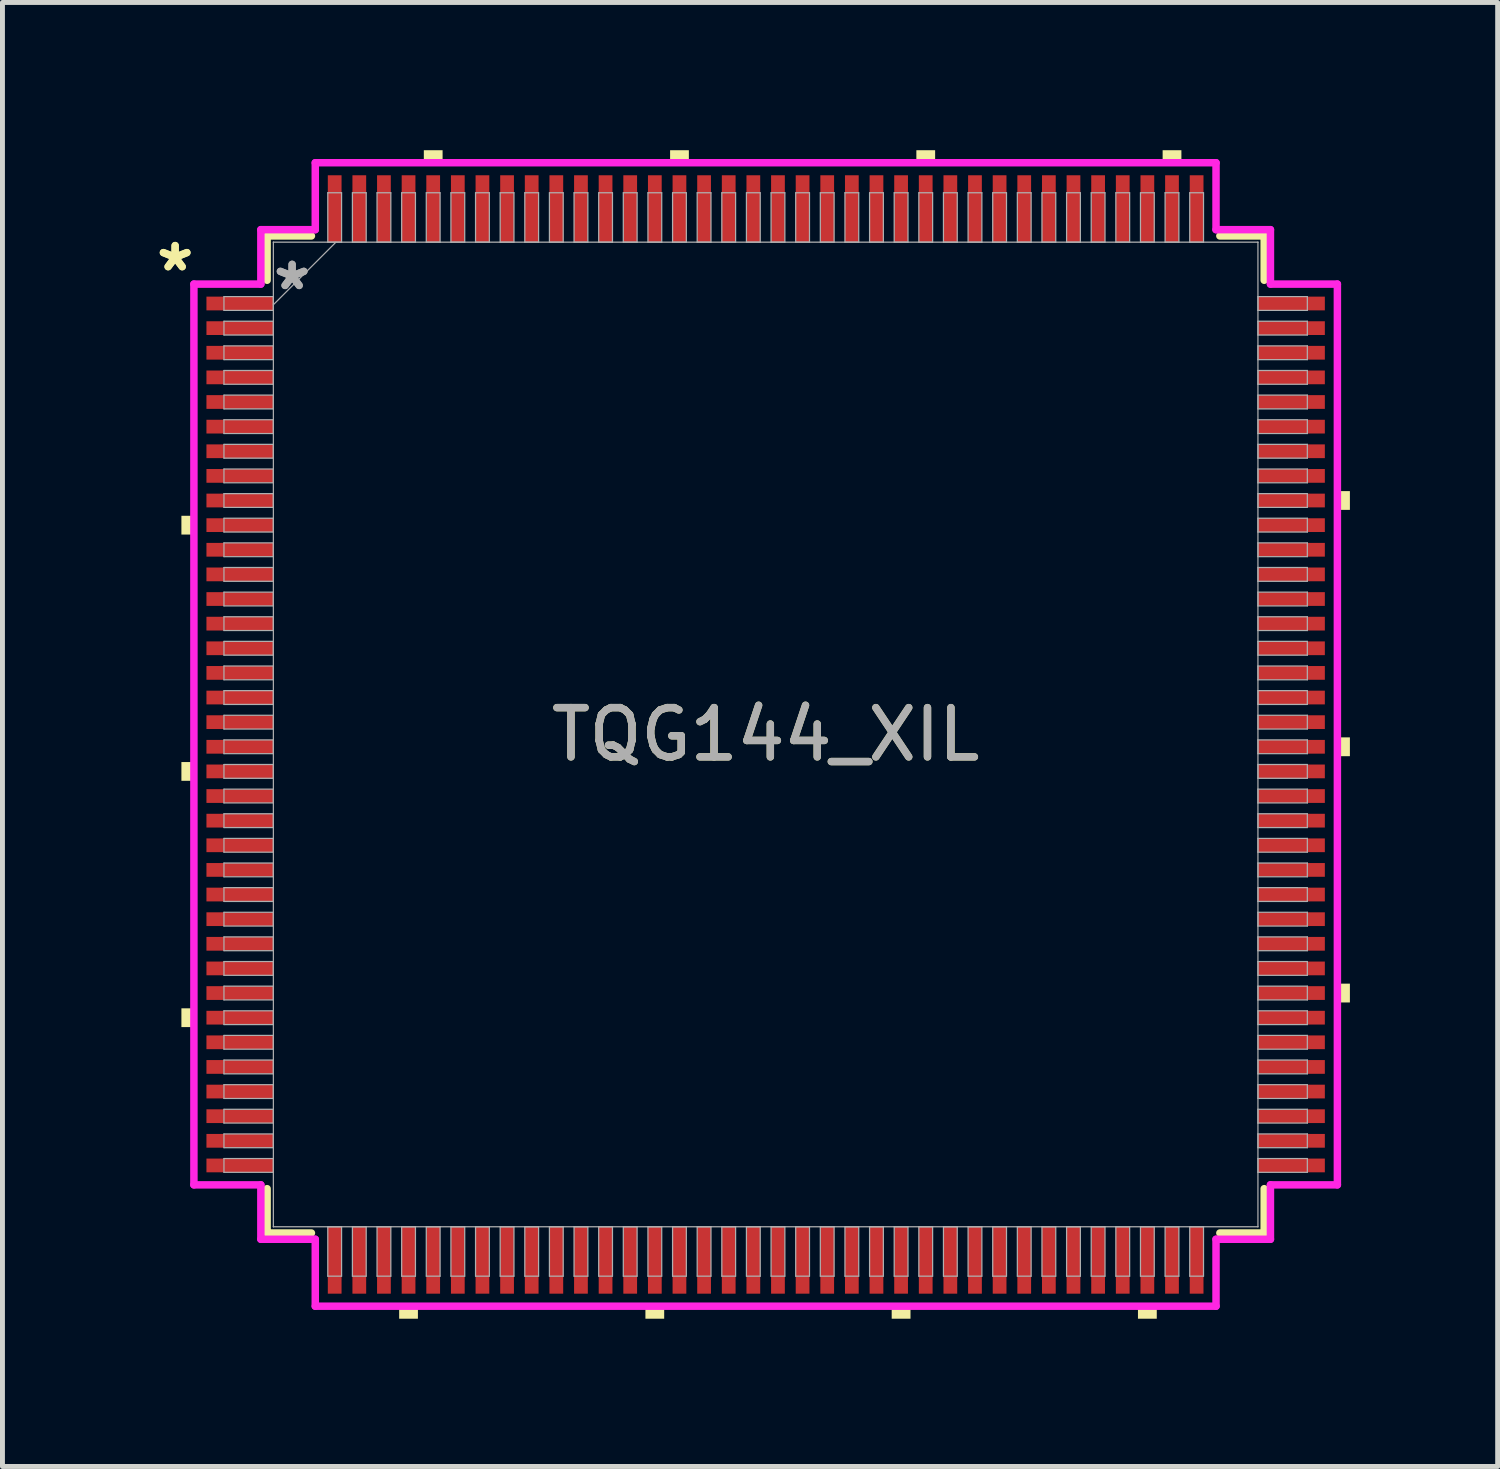
<source format=kicad_pcb>
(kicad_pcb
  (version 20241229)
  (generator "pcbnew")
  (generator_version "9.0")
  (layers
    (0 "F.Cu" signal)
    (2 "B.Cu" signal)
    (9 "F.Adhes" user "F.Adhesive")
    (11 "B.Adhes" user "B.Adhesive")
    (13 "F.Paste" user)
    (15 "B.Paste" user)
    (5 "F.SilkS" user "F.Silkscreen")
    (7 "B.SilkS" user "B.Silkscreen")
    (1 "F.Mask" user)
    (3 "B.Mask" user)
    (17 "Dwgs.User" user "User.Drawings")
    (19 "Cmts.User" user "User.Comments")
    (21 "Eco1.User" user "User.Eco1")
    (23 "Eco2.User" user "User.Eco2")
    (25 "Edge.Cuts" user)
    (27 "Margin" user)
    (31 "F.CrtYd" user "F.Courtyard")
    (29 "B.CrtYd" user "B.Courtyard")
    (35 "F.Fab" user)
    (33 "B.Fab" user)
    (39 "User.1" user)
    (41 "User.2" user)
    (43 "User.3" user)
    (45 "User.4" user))
  (footprint "TQG144_XIL"
    (layer "F.Cu")
    (at 12.495 11.862)
    (property "Reference" "TQG144_XIL" (at 0 0 0) (unlocked yes) (layer "F.SilkS") (effects (font (size 1 1) (thickness 0.15))))
    (attr smd)
    (fp_line (start -10.122 -10.122) (end -10.122 -9.222) (stroke (width 0.152) (type solid)) (layer "F.SilkS"))
    (fp_line (start -10.122 9.222) (end -10.122 10.122) (stroke (width 0.152) (type solid)) (layer "F.SilkS"))
    (fp_line (start -10.122 10.122) (end -9.222 10.122) (stroke (width 0.152) (type solid)) (layer "F.SilkS"))
    (fp_line (start -9.222 -10.122) (end -10.122 -10.122) (stroke (width 0.152) (type solid)) (layer "F.SilkS"))
    (fp_line (start 9.222 10.122) (end 10.122 10.122) (stroke (width 0.152) (type solid)) (layer "F.SilkS"))
    (fp_line (start 10.122 -10.122) (end 9.222 -10.122) (stroke (width 0.152) (type solid)) (layer "F.SilkS"))
    (fp_line (start 10.122 -9.222) (end 10.122 -10.122) (stroke (width 0.152) (type solid)) (layer "F.SilkS"))
    (fp_line (start 10.122 10.122) (end 10.122 9.222) (stroke (width 0.152) (type solid)) (layer "F.SilkS"))
    (fp_poly (pts (xy -11.862 -4.44) (xy -11.862 -4.059) (xy -11.608 -4.059) (xy -11.608 -4.44)) (stroke (width 0) (type solid)) (fill yes) (layer "F.SilkS"))
    (fp_poly (pts (xy -11.862 0.56) (xy -11.862 0.941) (xy -11.608 0.941) (xy -11.608 0.56)) (stroke (width 0) (type solid)) (fill yes) (layer "F.SilkS"))
    (fp_poly (pts (xy -11.862 5.56) (xy -11.862 5.941) (xy -11.608 5.941) (xy -11.608 5.56)) (stroke (width 0) (type solid)) (fill yes) (layer "F.SilkS"))
    (fp_poly (pts (xy -7.441 11.608) (xy -7.441 11.862) (xy -7.06 11.862) (xy -7.06 11.608)) (stroke (width 0) (type solid)) (fill yes) (layer "F.SilkS"))
    (fp_poly (pts (xy -6.94 -11.608) (xy -6.94 -11.862) (xy -6.559 -11.862) (xy -6.559 -11.608)) (stroke (width 0) (type solid)) (fill yes) (layer "F.SilkS"))
    (fp_poly (pts (xy -2.441 11.608) (xy -2.441 11.862) (xy -2.06 11.862) (xy -2.06 11.608)) (stroke (width 0) (type solid)) (fill yes) (layer "F.SilkS"))
    (fp_poly (pts (xy -1.94 -11.608) (xy -1.94 -11.862) (xy -1.559 -11.862) (xy -1.559 -11.608)) (stroke (width 0) (type solid)) (fill yes) (layer "F.SilkS"))
    (fp_poly (pts (xy 2.559 11.608) (xy 2.559 11.862) (xy 2.941 11.862) (xy 2.941 11.608)) (stroke (width 0) (type solid)) (fill yes) (layer "F.SilkS"))
    (fp_poly (pts (xy 3.06 -11.608) (xy 3.06 -11.862) (xy 3.441 -11.862) (xy 3.441 -11.608)) (stroke (width 0) (type solid)) (fill yes) (layer "F.SilkS"))
    (fp_poly (pts (xy 7.559 11.608) (xy 7.559 11.862) (xy 7.941 11.862) (xy 7.941 11.608)) (stroke (width 0) (type solid)) (fill yes) (layer "F.SilkS"))
    (fp_poly (pts (xy 8.06 -11.608) (xy 8.06 -11.862) (xy 8.441 -11.862) (xy 8.441 -11.608)) (stroke (width 0) (type solid)) (fill yes) (layer "F.SilkS"))
    (fp_poly (pts (xy 11.862 -4.941) (xy 11.862 -4.56) (xy 11.608 -4.56) (xy 11.608 -4.941)) (stroke (width 0) (type solid)) (fill yes) (layer "F.SilkS"))
    (fp_poly (pts (xy 11.862 0.059) (xy 11.862 0.441) (xy 11.608 0.441) (xy 11.608 0.059)) (stroke (width 0) (type solid)) (fill yes) (layer "F.SilkS"))
    (fp_poly (pts (xy 11.862 5.059) (xy 11.862 5.441) (xy 11.608 5.441) (xy 11.608 5.059)) (stroke (width 0) (type solid)) (fill yes) (layer "F.SilkS"))
    (fp_line (start -11.608 -9.144) (end -10.249 -9.144) (stroke (width 0.152) (type solid)) (layer "F.CrtYd"))
    (fp_line (start -11.608 9.144) (end -11.608 -9.144) (stroke (width 0.152) (type solid)) (layer "F.CrtYd"))
    (fp_line (start -10.249 -10.249) (end -9.144 -10.249) (stroke (width 0.152) (type solid)) (layer "F.CrtYd"))
    (fp_line (start -10.249 -9.144) (end -10.249 -10.249) (stroke (width 0.152) (type solid)) (layer "F.CrtYd"))
    (fp_line (start -10.249 9.144) (end -11.608 9.144) (stroke (width 0.152) (type solid)) (layer "F.CrtYd"))
    (fp_line (start -10.249 10.249) (end -10.249 9.144) (stroke (width 0.152) (type solid)) (layer "F.CrtYd"))
    (fp_line (start -10.249 10.249) (end -9.144 10.249) (stroke (width 0.152) (type solid)) (layer "F.CrtYd"))
    (fp_line (start -9.144 -11.608) (end 9.144 -11.608) (stroke (width 0.152) (type solid)) (layer "F.CrtYd"))
    (fp_line (start -9.144 -10.249) (end -9.144 -11.608) (stroke (width 0.152) (type solid)) (layer "F.CrtYd"))
    (fp_line (start -9.144 10.249) (end -9.144 11.608) (stroke (width 0.152) (type solid)) (layer "F.CrtYd"))
    (fp_line (start -9.144 11.608) (end 9.144 11.608) (stroke (width 0.152) (type solid)) (layer "F.CrtYd"))
    (fp_line (start 9.144 -11.608) (end 9.144 -10.249) (stroke (width 0.152) (type solid)) (layer "F.CrtYd"))
    (fp_line (start 9.144 -10.249) (end 10.249 -10.249) (stroke (width 0.152) (type solid)) (layer "F.CrtYd"))
    (fp_line (start 9.144 10.249) (end 10.249 10.249) (stroke (width 0.152) (type solid)) (layer "F.CrtYd"))
    (fp_line (start 9.144 11.608) (end 9.144 10.249) (stroke (width 0.152) (type solid)) (layer "F.CrtYd"))
    (fp_line (start 10.249 -9.144) (end 10.249 -10.249) (stroke (width 0.152) (type solid)) (layer "F.CrtYd"))
    (fp_line (start 10.249 9.144) (end 11.608 9.144) (stroke (width 0.152) (type solid)) (layer "F.CrtYd"))
    (fp_line (start 10.249 10.249) (end 10.249 9.144) (stroke (width 0.152) (type solid)) (layer "F.CrtYd"))
    (fp_line (start 11.608 -9.144) (end 10.249 -9.144) (stroke (width 0.152) (type solid)) (layer "F.CrtYd"))
    (fp_line (start 11.608 9.144) (end 11.608 -9.144) (stroke (width 0.152) (type solid)) (layer "F.CrtYd"))
    (fp_line (start -10.998 -8.89) (end -10.998 -8.61) (stroke (width 0.025) (type solid)) (layer "F.Fab"))
    (fp_line (start -10.998 -8.61) (end -9.995 -8.61) (stroke (width 0.025) (type solid)) (layer "F.Fab"))
    (fp_line (start -10.998 -8.39) (end -10.998 -8.11) (stroke (width 0.025) (type solid)) (layer "F.Fab"))
    (fp_line (start -10.998 -8.11) (end -9.995 -8.11) (stroke (width 0.025) (type solid)) (layer "F.Fab"))
    (fp_line (start -10.998 -7.89) (end -10.998 -7.61) (stroke (width 0.025) (type solid)) (layer "F.Fab"))
    (fp_line (start -10.998 -7.61) (end -9.995 -7.61) (stroke (width 0.025) (type solid)) (layer "F.Fab"))
    (fp_line (start -10.998 -7.39) (end -10.998 -7.11) (stroke (width 0.025) (type solid)) (layer "F.Fab"))
    (fp_line (start -10.998 -7.11) (end -9.995 -7.11) (stroke (width 0.025) (type solid)) (layer "F.Fab"))
    (fp_line (start -10.998 -6.89) (end -10.998 -6.61) (stroke (width 0.025) (type solid)) (layer "F.Fab"))
    (fp_line (start -10.998 -6.61) (end -9.995 -6.61) (stroke (width 0.025) (type solid)) (layer "F.Fab"))
    (fp_line (start -10.998 -6.39) (end -10.998 -6.11) (stroke (width 0.025) (type solid)) (layer "F.Fab"))
    (fp_line (start -10.998 -6.11) (end -9.995 -6.11) (stroke (width 0.025) (type solid)) (layer "F.Fab"))
    (fp_line (start -10.998 -5.89) (end -10.998 -5.61) (stroke (width 0.025) (type solid)) (layer "F.Fab"))
    (fp_line (start -10.998 -5.61) (end -9.995 -5.61) (stroke (width 0.025) (type solid)) (layer "F.Fab"))
    (fp_line (start -10.998 -5.39) (end -10.998 -5.11) (stroke (width 0.025) (type solid)) (layer "F.Fab"))
    (fp_line (start -10.998 -5.11) (end -9.995 -5.11) (stroke (width 0.025) (type solid)) (layer "F.Fab"))
    (fp_line (start -10.998 -4.89) (end -10.998 -4.61) (stroke (width 0.025) (type solid)) (layer "F.Fab"))
    (fp_line (start -10.998 -4.61) (end -9.995 -4.61) (stroke (width 0.025) (type solid)) (layer "F.Fab"))
    (fp_line (start -10.998 -4.39) (end -10.998 -4.11) (stroke (width 0.025) (type solid)) (layer "F.Fab"))
    (fp_line (start -10.998 -4.11) (end -9.995 -4.11) (stroke (width 0.025) (type solid)) (layer "F.Fab"))
    (fp_line (start -10.998 -3.89) (end -10.998 -3.61) (stroke (width 0.025) (type solid)) (layer "F.Fab"))
    (fp_line (start -10.998 -3.61) (end -9.995 -3.61) (stroke (width 0.025) (type solid)) (layer "F.Fab"))
    (fp_line (start -10.998 -3.39) (end -10.998 -3.11) (stroke (width 0.025) (type solid)) (layer "F.Fab"))
    (fp_line (start -10.998 -3.11) (end -9.995 -3.11) (stroke (width 0.025) (type solid)) (layer "F.Fab"))
    (fp_line (start -10.998 -2.89) (end -10.998 -2.61) (stroke (width 0.025) (type solid)) (layer "F.Fab"))
    (fp_line (start -10.998 -2.61) (end -9.995 -2.61) (stroke (width 0.025) (type solid)) (layer "F.Fab"))
    (fp_line (start -10.998 -2.39) (end -10.998 -2.11) (stroke (width 0.025) (type solid)) (layer "F.Fab"))
    (fp_line (start -10.998 -2.11) (end -9.995 -2.11) (stroke (width 0.025) (type solid)) (layer "F.Fab"))
    (fp_line (start -10.998 -1.89) (end -10.998 -1.61) (stroke (width 0.025) (type solid)) (layer "F.Fab"))
    (fp_line (start -10.998 -1.61) (end -9.995 -1.61) (stroke (width 0.025) (type solid)) (layer "F.Fab"))
    (fp_line (start -10.998 -1.39) (end -10.998 -1.11) (stroke (width 0.025) (type solid)) (layer "F.Fab"))
    (fp_line (start -10.998 -1.11) (end -9.995 -1.11) (stroke (width 0.025) (type solid)) (layer "F.Fab"))
    (fp_line (start -10.998 -0.89) (end -10.998 -0.61) (stroke (width 0.025) (type solid)) (layer "F.Fab"))
    (fp_line (start -10.998 -0.61) (end -9.995 -0.61) (stroke (width 0.025) (type solid)) (layer "F.Fab"))
    (fp_line (start -10.998 -0.39) (end -10.998 -0.11) (stroke (width 0.025) (type solid)) (layer "F.Fab"))
    (fp_line (start -10.998 -0.11) (end -9.995 -0.11) (stroke (width 0.025) (type solid)) (layer "F.Fab"))
    (fp_line (start -10.998 0.11) (end -10.998 0.39) (stroke (width 0.025) (type solid)) (layer "F.Fab"))
    (fp_line (start -10.998 0.39) (end -9.995 0.39) (stroke (width 0.025) (type solid)) (layer "F.Fab"))
    (fp_line (start -10.998 0.61) (end -10.998 0.89) (stroke (width 0.025) (type solid)) (layer "F.Fab"))
    (fp_line (start -10.998 0.89) (end -9.995 0.89) (stroke (width 0.025) (type solid)) (layer "F.Fab"))
    (fp_line (start -10.998 1.11) (end -10.998 1.39) (stroke (width 0.025) (type solid)) (layer "F.Fab"))
    (fp_line (start -10.998 1.39) (end -9.995 1.39) (stroke (width 0.025) (type solid)) (layer "F.Fab"))
    (fp_line (start -10.998 1.61) (end -10.998 1.89) (stroke (width 0.025) (type solid)) (layer "F.Fab"))
    (fp_line (start -10.998 1.89) (end -9.995 1.89) (stroke (width 0.025) (type solid)) (layer "F.Fab"))
    (fp_line (start -10.998 2.11) (end -10.998 2.39) (stroke (width 0.025) (type solid)) (layer "F.Fab"))
    (fp_line (start -10.998 2.39) (end -9.995 2.39) (stroke (width 0.025) (type solid)) (layer "F.Fab"))
    (fp_line (start -10.998 2.61) (end -10.998 2.89) (stroke (width 0.025) (type solid)) (layer "F.Fab"))
    (fp_line (start -10.998 2.89) (end -9.995 2.89) (stroke (width 0.025) (type solid)) (layer "F.Fab"))
    (fp_line (start -10.998 3.11) (end -10.998 3.39) (stroke (width 0.025) (type solid)) (layer "F.Fab"))
    (fp_line (start -10.998 3.39) (end -9.995 3.39) (stroke (width 0.025) (type solid)) (layer "F.Fab"))
    (fp_line (start -10.998 3.61) (end -10.998 3.89) (stroke (width 0.025) (type solid)) (layer "F.Fab"))
    (fp_line (start -10.998 3.89) (end -9.995 3.89) (stroke (width 0.025) (type solid)) (layer "F.Fab"))
    (fp_line (start -10.998 4.11) (end -10.998 4.39) (stroke (width 0.025) (type solid)) (layer "F.Fab"))
    (fp_line (start -10.998 4.39) (end -9.995 4.39) (stroke (width 0.025) (type solid)) (layer "F.Fab"))
    (fp_line (start -10.998 4.61) (end -10.998 4.89) (stroke (width 0.025) (type solid)) (layer "F.Fab"))
    (fp_line (start -10.998 4.89) (end -9.995 4.89) (stroke (width 0.025) (type solid)) (layer "F.Fab"))
    (fp_line (start -10.998 5.11) (end -10.998 5.39) (stroke (width 0.025) (type solid)) (layer "F.Fab"))
    (fp_line (start -10.998 5.39) (end -9.995 5.39) (stroke (width 0.025) (type solid)) (layer "F.Fab"))
    (fp_line (start -10.998 5.61) (end -10.998 5.89) (stroke (width 0.025) (type solid)) (layer "F.Fab"))
    (fp_line (start -10.998 5.89) (end -9.995 5.89) (stroke (width 0.025) (type solid)) (layer "F.Fab"))
    (fp_line (start -10.998 6.11) (end -10.998 6.39) (stroke (width 0.025) (type solid)) (layer "F.Fab"))
    (fp_line (start -10.998 6.39) (end -9.995 6.39) (stroke (width 0.025) (type solid)) (layer "F.Fab"))
    (fp_line (start -10.998 6.61) (end -10.998 6.89) (stroke (width 0.025) (type solid)) (layer "F.Fab"))
    (fp_line (start -10.998 6.89) (end -9.995 6.89) (stroke (width 0.025) (type solid)) (layer "F.Fab"))
    (fp_line (start -10.998 7.11) (end -10.998 7.39) (stroke (width 0.025) (type solid)) (layer "F.Fab"))
    (fp_line (start -10.998 7.39) (end -9.995 7.39) (stroke (width 0.025) (type solid)) (layer "F.Fab"))
    (fp_line (start -10.998 7.61) (end -10.998 7.89) (stroke (width 0.025) (type solid)) (layer "F.Fab"))
    (fp_line (start -10.998 7.89) (end -9.995 7.89) (stroke (width 0.025) (type solid)) (layer "F.Fab"))
    (fp_line (start -10.998 8.11) (end -10.998 8.39) (stroke (width 0.025) (type solid)) (layer "F.Fab"))
    (fp_line (start -10.998 8.39) (end -9.995 8.39) (stroke (width 0.025) (type solid)) (layer "F.Fab"))
    (fp_line (start -10.998 8.61) (end -10.998 8.89) (stroke (width 0.025) (type solid)) (layer "F.Fab"))
    (fp_line (start -10.998 8.89) (end -9.995 8.89) (stroke (width 0.025) (type solid)) (layer "F.Fab"))
    (fp_line (start -9.995 -9.995) (end -9.995 -9.995) (stroke (width 0.025) (type solid)) (layer "F.Fab"))
    (fp_line (start -9.995 -9.995) (end -9.995 9.995) (stroke (width 0.025) (type solid)) (layer "F.Fab"))
    (fp_line (start -9.995 -8.89) (end -10.998 -8.89) (stroke (width 0.025) (type solid)) (layer "F.Fab"))
    (fp_line (start -9.995 -8.725) (end -8.725 -9.995) (stroke (width 0.025) (type solid)) (layer "F.Fab"))
    (fp_line (start -9.995 -8.61) (end -9.995 -8.89) (stroke (width 0.025) (type solid)) (layer "F.Fab"))
    (fp_line (start -9.995 -8.39) (end -10.998 -8.39) (stroke (width 0.025) (type solid)) (layer "F.Fab"))
    (fp_line (start -9.995 -8.11) (end -9.995 -8.39) (stroke (width 0.025) (type solid)) (layer "F.Fab"))
    (fp_line (start -9.995 -7.89) (end -10.998 -7.89) (stroke (width 0.025) (type solid)) (layer "F.Fab"))
    (fp_line (start -9.995 -7.61) (end -9.995 -7.89) (stroke (width 0.025) (type solid)) (layer "F.Fab"))
    (fp_line (start -9.995 -7.39) (end -10.998 -7.39) (stroke (width 0.025) (type solid)) (layer "F.Fab"))
    (fp_line (start -9.995 -7.11) (end -9.995 -7.39) (stroke (width 0.025) (type solid)) (layer "F.Fab"))
    (fp_line (start -9.995 -6.89) (end -10.998 -6.89) (stroke (width 0.025) (type solid)) (layer "F.Fab"))
    (fp_line (start -9.995 -6.61) (end -9.995 -6.89) (stroke (width 0.025) (type solid)) (layer "F.Fab"))
    (fp_line (start -9.995 -6.39) (end -10.998 -6.39) (stroke (width 0.025) (type solid)) (layer "F.Fab"))
    (fp_line (start -9.995 -6.11) (end -9.995 -6.39) (stroke (width 0.025) (type solid)) (layer "F.Fab"))
    (fp_line (start -9.995 -5.89) (end -10.998 -5.89) (stroke (width 0.025) (type solid)) (layer "F.Fab"))
    (fp_line (start -9.995 -5.61) (end -9.995 -5.89) (stroke (width 0.025) (type solid)) (layer "F.Fab"))
    (fp_line (start -9.995 -5.39) (end -10.998 -5.39) (stroke (width 0.025) (type solid)) (layer "F.Fab"))
    (fp_line (start -9.995 -5.11) (end -9.995 -5.39) (stroke (width 0.025) (type solid)) (layer "F.Fab"))
    (fp_line (start -9.995 -4.89) (end -10.998 -4.89) (stroke (width 0.025) (type solid)) (layer "F.Fab"))
    (fp_line (start -9.995 -4.61) (end -9.995 -4.89) (stroke (width 0.025) (type solid)) (layer "F.Fab"))
    (fp_line (start -9.995 -4.39) (end -10.998 -4.39) (stroke (width 0.025) (type solid)) (layer "F.Fab"))
    (fp_line (start -9.995 -4.11) (end -9.995 -4.39) (stroke (width 0.025) (type solid)) (layer "F.Fab"))
    (fp_line (start -9.995 -3.89) (end -10.998 -3.89) (stroke (width 0.025) (type solid)) (layer "F.Fab"))
    (fp_line (start -9.995 -3.61) (end -9.995 -3.89) (stroke (width 0.025) (type solid)) (layer "F.Fab"))
    (fp_line (start -9.995 -3.39) (end -10.998 -3.39) (stroke (width 0.025) (type solid)) (layer "F.Fab"))
    (fp_line (start -9.995 -3.11) (end -9.995 -3.39) (stroke (width 0.025) (type solid)) (layer "F.Fab"))
    (fp_line (start -9.995 -2.89) (end -10.998 -2.89) (stroke (width 0.025) (type solid)) (layer "F.Fab"))
    (fp_line (start -9.995 -2.61) (end -9.995 -2.89) (stroke (width 0.025) (type solid)) (layer "F.Fab"))
    (fp_line (start -9.995 -2.39) (end -10.998 -2.39) (stroke (width 0.025) (type solid)) (layer "F.Fab"))
    (fp_line (start -9.995 -2.11) (end -9.995 -2.39) (stroke (width 0.025) (type solid)) (layer "F.Fab"))
    (fp_line (start -9.995 -1.89) (end -10.998 -1.89) (stroke (width 0.025) (type solid)) (layer "F.Fab"))
    (fp_line (start -9.995 -1.61) (end -9.995 -1.89) (stroke (width 0.025) (type solid)) (layer "F.Fab"))
    (fp_line (start -9.995 -1.39) (end -10.998 -1.39) (stroke (width 0.025) (type solid)) (layer "F.Fab"))
    (fp_line (start -9.995 -1.11) (end -9.995 -1.39) (stroke (width 0.025) (type solid)) (layer "F.Fab"))
    (fp_line (start -9.995 -0.89) (end -10.998 -0.89) (stroke (width 0.025) (type solid)) (layer "F.Fab"))
    (fp_line (start -9.995 -0.61) (end -9.995 -0.89) (stroke (width 0.025) (type solid)) (layer "F.Fab"))
    (fp_line (start -9.995 -0.39) (end -10.998 -0.39) (stroke (width 0.025) (type solid)) (layer "F.Fab"))
    (fp_line (start -9.995 -0.11) (end -9.995 -0.39) (stroke (width 0.025) (type solid)) (layer "F.Fab"))
    (fp_line (start -9.995 0.11) (end -10.998 0.11) (stroke (width 0.025) (type solid)) (layer "F.Fab"))
    (fp_line (start -9.995 0.39) (end -9.995 0.11) (stroke (width 0.025) (type solid)) (layer "F.Fab"))
    (fp_line (start -9.995 0.61) (end -10.998 0.61) (stroke (width 0.025) (type solid)) (layer "F.Fab"))
    (fp_line (start -9.995 0.89) (end -9.995 0.61) (stroke (width 0.025) (type solid)) (layer "F.Fab"))
    (fp_line (start -9.995 1.11) (end -10.998 1.11) (stroke (width 0.025) (type solid)) (layer "F.Fab"))
    (fp_line (start -9.995 1.39) (end -9.995 1.11) (stroke (width 0.025) (type solid)) (layer "F.Fab"))
    (fp_line (start -9.995 1.61) (end -10.998 1.61) (stroke (width 0.025) (type solid)) (layer "F.Fab"))
    (fp_line (start -9.995 1.89) (end -9.995 1.61) (stroke (width 0.025) (type solid)) (layer "F.Fab"))
    (fp_line (start -9.995 2.11) (end -10.998 2.11) (stroke (width 0.025) (type solid)) (layer "F.Fab"))
    (fp_line (start -9.995 2.39) (end -9.995 2.11) (stroke (width 0.025) (type solid)) (layer "F.Fab"))
    (fp_line (start -9.995 2.61) (end -10.998 2.61) (stroke (width 0.025) (type solid)) (layer "F.Fab"))
    (fp_line (start -9.995 2.89) (end -9.995 2.61) (stroke (width 0.025) (type solid)) (layer "F.Fab"))
    (fp_line (start -9.995 3.11) (end -10.998 3.11) (stroke (width 0.025) (type solid)) (layer "F.Fab"))
    (fp_line (start -9.995 3.39) (end -9.995 3.11) (stroke (width 0.025) (type solid)) (layer "F.Fab"))
    (fp_line (start -9.995 3.61) (end -10.998 3.61) (stroke (width 0.025) (type solid)) (layer "F.Fab"))
    (fp_line (start -9.995 3.89) (end -9.995 3.61) (stroke (width 0.025) (type solid)) (layer "F.Fab"))
    (fp_line (start -9.995 4.11) (end -10.998 4.11) (stroke (width 0.025) (type solid)) (layer "F.Fab"))
    (fp_line (start -9.995 4.39) (end -9.995 4.11) (stroke (width 0.025) (type solid)) (layer "F.Fab"))
    (fp_line (start -9.995 4.61) (end -10.998 4.61) (stroke (width 0.025) (type solid)) (layer "F.Fab"))
    (fp_line (start -9.995 4.89) (end -9.995 4.61) (stroke (width 0.025) (type solid)) (layer "F.Fab"))
    (fp_line (start -9.995 5.11) (end -10.998 5.11) (stroke (width 0.025) (type solid)) (layer "F.Fab"))
    (fp_line (start -9.995 5.39) (end -9.995 5.11) (stroke (width 0.025) (type solid)) (layer "F.Fab"))
    (fp_line (start -9.995 5.61) (end -10.998 5.61) (stroke (width 0.025) (type solid)) (layer "F.Fab"))
    (fp_line (start -9.995 5.89) (end -9.995 5.61) (stroke (width 0.025) (type solid)) (layer "F.Fab"))
    (fp_line (start -9.995 6.11) (end -10.998 6.11) (stroke (width 0.025) (type solid)) (layer "F.Fab"))
    (fp_line (start -9.995 6.39) (end -9.995 6.11) (stroke (width 0.025) (type solid)) (layer "F.Fab"))
    (fp_line (start -9.995 6.61) (end -10.998 6.61) (stroke (width 0.025) (type solid)) (layer "F.Fab"))
    (fp_line (start -9.995 6.89) (end -9.995 6.61) (stroke (width 0.025) (type solid)) (layer "F.Fab"))
    (fp_line (start -9.995 7.11) (end -10.998 7.11) (stroke (width 0.025) (type solid)) (layer "F.Fab"))
    (fp_line (start -9.995 7.39) (end -9.995 7.11) (stroke (width 0.025) (type solid)) (layer "F.Fab"))
    (fp_line (start -9.995 7.61) (end -10.998 7.61) (stroke (width 0.025) (type solid)) (layer "F.Fab"))
    (fp_line (start -9.995 7.89) (end -9.995 7.61) (stroke (width 0.025) (type solid)) (layer "F.Fab"))
    (fp_line (start -9.995 8.11) (end -10.998 8.11) (stroke (width 0.025) (type solid)) (layer "F.Fab"))
    (fp_line (start -9.995 8.39) (end -9.995 8.11) (stroke (width 0.025) (type solid)) (layer "F.Fab"))
    (fp_line (start -9.995 8.61) (end -10.998 8.61) (stroke (width 0.025) (type solid)) (layer "F.Fab"))
    (fp_line (start -9.995 8.89) (end -9.995 8.61) (stroke (width 0.025) (type solid)) (layer "F.Fab"))
    (fp_line (start -9.995 9.995) (end -9.995 9.995) (stroke (width 0.025) (type solid)) (layer "F.Fab"))
    (fp_line (start -9.995 9.995) (end 9.995 9.995) (stroke (width 0.025) (type solid)) (layer "F.Fab"))
    (fp_line (start -8.89 -10.998) (end -8.89 -9.995) (stroke (width 0.025) (type solid)) (layer "F.Fab"))
    (fp_line (start -8.89 -9.995) (end -8.61 -9.995) (stroke (width 0.025) (type solid)) (layer "F.Fab"))
    (fp_line (start -8.89 9.995) (end -8.89 10.998) (stroke (width 0.025) (type solid)) (layer "F.Fab"))
    (fp_line (start -8.89 10.998) (end -8.61 10.998) (stroke (width 0.025) (type solid)) (layer "F.Fab"))
    (fp_line (start -8.61 -10.998) (end -8.89 -10.998) (stroke (width 0.025) (type solid)) (layer "F.Fab"))
    (fp_line (start -8.61 -9.995) (end -8.61 -10.998) (stroke (width 0.025) (type solid)) (layer "F.Fab"))
    (fp_line (start -8.61 9.995) (end -8.89 9.995) (stroke (width 0.025) (type solid)) (layer "F.Fab"))
    (fp_line (start -8.61 10.998) (end -8.61 9.995) (stroke (width 0.025) (type solid)) (layer "F.Fab"))
    (fp_line (start -8.39 -10.998) (end -8.39 -9.995) (stroke (width 0.025) (type solid)) (layer "F.Fab"))
    (fp_line (start -8.39 -9.995) (end -8.11 -9.995) (stroke (width 0.025) (type solid)) (layer "F.Fab"))
    (fp_line (start -8.39 9.995) (end -8.39 10.998) (stroke (width 0.025) (type solid)) (layer "F.Fab"))
    (fp_line (start -8.39 10.998) (end -8.11 10.998) (stroke (width 0.025) (type solid)) (layer "F.Fab"))
    (fp_line (start -8.11 -10.998) (end -8.39 -10.998) (stroke (width 0.025) (type solid)) (layer "F.Fab"))
    (fp_line (start -8.11 -9.995) (end -8.11 -10.998) (stroke (width 0.025) (type solid)) (layer "F.Fab"))
    (fp_line (start -8.11 9.995) (end -8.39 9.995) (stroke (width 0.025) (type solid)) (layer "F.Fab"))
    (fp_line (start -8.11 10.998) (end -8.11 9.995) (stroke (width 0.025) (type solid)) (layer "F.Fab"))
    (fp_line (start -7.89 -10.998) (end -7.89 -9.995) (stroke (width 0.025) (type solid)) (layer "F.Fab"))
    (fp_line (start -7.89 -9.995) (end -7.61 -9.995) (stroke (width 0.025) (type solid)) (layer "F.Fab"))
    (fp_line (start -7.89 9.995) (end -7.89 10.998) (stroke (width 0.025) (type solid)) (layer "F.Fab"))
    (fp_line (start -7.89 10.998) (end -7.61 10.998) (stroke (width 0.025) (type solid)) (layer "F.Fab"))
    (fp_line (start -7.61 -10.998) (end -7.89 -10.998) (stroke (width 0.025) (type solid)) (layer "F.Fab"))
    (fp_line (start -7.61 -9.995) (end -7.61 -10.998) (stroke (width 0.025) (type solid)) (layer "F.Fab"))
    (fp_line (start -7.61 9.995) (end -7.89 9.995) (stroke (width 0.025) (type solid)) (layer "F.Fab"))
    (fp_line (start -7.61 10.998) (end -7.61 9.995) (stroke (width 0.025) (type solid)) (layer "F.Fab"))
    (fp_line (start -7.39 -10.998) (end -7.39 -9.995) (stroke (width 0.025) (type solid)) (layer "F.Fab"))
    (fp_line (start -7.39 -9.995) (end -7.11 -9.995) (stroke (width 0.025) (type solid)) (layer "F.Fab"))
    (fp_line (start -7.39 9.995) (end -7.39 10.998) (stroke (width 0.025) (type solid)) (layer "F.Fab"))
    (fp_line (start -7.39 10.998) (end -7.11 10.998) (stroke (width 0.025) (type solid)) (layer "F.Fab"))
    (fp_line (start -7.11 -10.998) (end -7.39 -10.998) (stroke (width 0.025) (type solid)) (layer "F.Fab"))
    (fp_line (start -7.11 -9.995) (end -7.11 -10.998) (stroke (width 0.025) (type solid)) (layer "F.Fab"))
    (fp_line (start -7.11 9.995) (end -7.39 9.995) (stroke (width 0.025) (type solid)) (layer "F.Fab"))
    (fp_line (start -7.11 10.998) (end -7.11 9.995) (stroke (width 0.025) (type solid)) (layer "F.Fab"))
    (fp_line (start -6.89 -10.998) (end -6.89 -9.995) (stroke (width 0.025) (type solid)) (layer "F.Fab"))
    (fp_line (start -6.89 -9.995) (end -6.61 -9.995) (stroke (width 0.025) (type solid)) (layer "F.Fab"))
    (fp_line (start -6.89 9.995) (end -6.89 10.998) (stroke (width 0.025) (type solid)) (layer "F.Fab"))
    (fp_line (start -6.89 10.998) (end -6.61 10.998) (stroke (width 0.025) (type solid)) (layer "F.Fab"))
    (fp_line (start -6.61 -10.998) (end -6.89 -10.998) (stroke (width 0.025) (type solid)) (layer "F.Fab"))
    (fp_line (start -6.61 -9.995) (end -6.61 -10.998) (stroke (width 0.025) (type solid)) (layer "F.Fab"))
    (fp_line (start -6.61 9.995) (end -6.89 9.995) (stroke (width 0.025) (type solid)) (layer "F.Fab"))
    (fp_line (start -6.61 10.998) (end -6.61 9.995) (stroke (width 0.025) (type solid)) (layer "F.Fab"))
    (fp_line (start -6.39 -10.998) (end -6.39 -9.995) (stroke (width 0.025) (type solid)) (layer "F.Fab"))
    (fp_line (start -6.39 -9.995) (end -6.11 -9.995) (stroke (width 0.025) (type solid)) (layer "F.Fab"))
    (fp_line (start -6.39 9.995) (end -6.39 10.998) (stroke (width 0.025) (type solid)) (layer "F.Fab"))
    (fp_line (start -6.39 10.998) (end -6.11 10.998) (stroke (width 0.025) (type solid)) (layer "F.Fab"))
    (fp_line (start -6.11 -10.998) (end -6.39 -10.998) (stroke (width 0.025) (type solid)) (layer "F.Fab"))
    (fp_line (start -6.11 -9.995) (end -6.11 -10.998) (stroke (width 0.025) (type solid)) (layer "F.Fab"))
    (fp_line (start -6.11 9.995) (end -6.39 9.995) (stroke (width 0.025) (type solid)) (layer "F.Fab"))
    (fp_line (start -6.11 10.998) (end -6.11 9.995) (stroke (width 0.025) (type solid)) (layer "F.Fab"))
    (fp_line (start -5.89 -10.998) (end -5.89 -9.995) (stroke (width 0.025) (type solid)) (layer "F.Fab"))
    (fp_line (start -5.89 -9.995) (end -5.61 -9.995) (stroke (width 0.025) (type solid)) (layer "F.Fab"))
    (fp_line (start -5.89 9.995) (end -5.89 10.998) (stroke (width 0.025) (type solid)) (layer "F.Fab"))
    (fp_line (start -5.89 10.998) (end -5.61 10.998) (stroke (width 0.025) (type solid)) (layer "F.Fab"))
    (fp_line (start -5.61 -10.998) (end -5.89 -10.998) (stroke (width 0.025) (type solid)) (layer "F.Fab"))
    (fp_line (start -5.61 -9.995) (end -5.61 -10.998) (stroke (width 0.025) (type solid)) (layer "F.Fab"))
    (fp_line (start -5.61 9.995) (end -5.89 9.995) (stroke (width 0.025) (type solid)) (layer "F.Fab"))
    (fp_line (start -5.61 10.998) (end -5.61 9.995) (stroke (width 0.025) (type solid)) (layer "F.Fab"))
    (fp_line (start -5.39 -10.998) (end -5.39 -9.995) (stroke (width 0.025) (type solid)) (layer "F.Fab"))
    (fp_line (start -5.39 -9.995) (end -5.11 -9.995) (stroke (width 0.025) (type solid)) (layer "F.Fab"))
    (fp_line (start -5.39 9.995) (end -5.39 10.998) (stroke (width 0.025) (type solid)) (layer "F.Fab"))
    (fp_line (start -5.39 10.998) (end -5.11 10.998) (stroke (width 0.025) (type solid)) (layer "F.Fab"))
    (fp_line (start -5.11 -10.998) (end -5.39 -10.998) (stroke (width 0.025) (type solid)) (layer "F.Fab"))
    (fp_line (start -5.11 -9.995) (end -5.11 -10.998) (stroke (width 0.025) (type solid)) (layer "F.Fab"))
    (fp_line (start -5.11 9.995) (end -5.39 9.995) (stroke (width 0.025) (type solid)) (layer "F.Fab"))
    (fp_line (start -5.11 10.998) (end -5.11 9.995) (stroke (width 0.025) (type solid)) (layer "F.Fab"))
    (fp_line (start -4.89 -10.998) (end -4.89 -9.995) (stroke (width 0.025) (type solid)) (layer "F.Fab"))
    (fp_line (start -4.89 -9.995) (end -4.61 -9.995) (stroke (width 0.025) (type solid)) (layer "F.Fab"))
    (fp_line (start -4.89 9.995) (end -4.89 10.998) (stroke (width 0.025) (type solid)) (layer "F.Fab"))
    (fp_line (start -4.89 10.998) (end -4.61 10.998) (stroke (width 0.025) (type solid)) (layer "F.Fab"))
    (fp_line (start -4.61 -10.998) (end -4.89 -10.998) (stroke (width 0.025) (type solid)) (layer "F.Fab"))
    (fp_line (start -4.61 -9.995) (end -4.61 -10.998) (stroke (width 0.025) (type solid)) (layer "F.Fab"))
    (fp_line (start -4.61 9.995) (end -4.89 9.995) (stroke (width 0.025) (type solid)) (layer "F.Fab"))
    (fp_line (start -4.61 10.998) (end -4.61 9.995) (stroke (width 0.025) (type solid)) (layer "F.Fab"))
    (fp_line (start -4.39 -10.998) (end -4.39 -9.995) (stroke (width 0.025) (type solid)) (layer "F.Fab"))
    (fp_line (start -4.39 -9.995) (end -4.11 -9.995) (stroke (width 0.025) (type solid)) (layer "F.Fab"))
    (fp_line (start -4.39 9.995) (end -4.39 10.998) (stroke (width 0.025) (type solid)) (layer "F.Fab"))
    (fp_line (start -4.39 10.998) (end -4.11 10.998) (stroke (width 0.025) (type solid)) (layer "F.Fab"))
    (fp_line (start -4.11 -10.998) (end -4.39 -10.998) (stroke (width 0.025) (type solid)) (layer "F.Fab"))
    (fp_line (start -4.11 -9.995) (end -4.11 -10.998) (stroke (width 0.025) (type solid)) (layer "F.Fab"))
    (fp_line (start -4.11 9.995) (end -4.39 9.995) (stroke (width 0.025) (type solid)) (layer "F.Fab"))
    (fp_line (start -4.11 10.998) (end -4.11 9.995) (stroke (width 0.025) (type solid)) (layer "F.Fab"))
    (fp_line (start -3.89 -10.998) (end -3.89 -9.995) (stroke (width 0.025) (type solid)) (layer "F.Fab"))
    (fp_line (start -3.89 -9.995) (end -3.61 -9.995) (stroke (width 0.025) (type solid)) (layer "F.Fab"))
    (fp_line (start -3.89 9.995) (end -3.89 10.998) (stroke (width 0.025) (type solid)) (layer "F.Fab"))
    (fp_line (start -3.89 10.998) (end -3.61 10.998) (stroke (width 0.025) (type solid)) (layer "F.Fab"))
    (fp_line (start -3.61 -10.998) (end -3.89 -10.998) (stroke (width 0.025) (type solid)) (layer "F.Fab"))
    (fp_line (start -3.61 -9.995) (end -3.61 -10.998) (stroke (width 0.025) (type solid)) (layer "F.Fab"))
    (fp_line (start -3.61 9.995) (end -3.89 9.995) (stroke (width 0.025) (type solid)) (layer "F.Fab"))
    (fp_line (start -3.61 10.998) (end -3.61 9.995) (stroke (width 0.025) (type solid)) (layer "F.Fab"))
    (fp_line (start -3.39 -10.998) (end -3.39 -9.995) (stroke (width 0.025) (type solid)) (layer "F.Fab"))
    (fp_line (start -3.39 -9.995) (end -3.11 -9.995) (stroke (width 0.025) (type solid)) (layer "F.Fab"))
    (fp_line (start -3.39 9.995) (end -3.39 10.998) (stroke (width 0.025) (type solid)) (layer "F.Fab"))
    (fp_line (start -3.39 10.998) (end -3.11 10.998) (stroke (width 0.025) (type solid)) (layer "F.Fab"))
    (fp_line (start -3.11 -10.998) (end -3.39 -10.998) (stroke (width 0.025) (type solid)) (layer "F.Fab"))
    (fp_line (start -3.11 -9.995) (end -3.11 -10.998) (stroke (width 0.025) (type solid)) (layer "F.Fab"))
    (fp_line (start -3.11 9.995) (end -3.39 9.995) (stroke (width 0.025) (type solid)) (layer "F.Fab"))
    (fp_line (start -3.11 10.998) (end -3.11 9.995) (stroke (width 0.025) (type solid)) (layer "F.Fab"))
    (fp_line (start -2.89 -10.998) (end -2.89 -9.995) (stroke (width 0.025) (type solid)) (layer "F.Fab"))
    (fp_line (start -2.89 -9.995) (end -2.61 -9.995) (stroke (width 0.025) (type solid)) (layer "F.Fab"))
    (fp_line (start -2.89 9.995) (end -2.89 10.998) (stroke (width 0.025) (type solid)) (layer "F.Fab"))
    (fp_line (start -2.89 10.998) (end -2.61 10.998) (stroke (width 0.025) (type solid)) (layer "F.Fab"))
    (fp_line (start -2.61 -10.998) (end -2.89 -10.998) (stroke (width 0.025) (type solid)) (layer "F.Fab"))
    (fp_line (start -2.61 -9.995) (end -2.61 -10.998) (stroke (width 0.025) (type solid)) (layer "F.Fab"))
    (fp_line (start -2.61 9.995) (end -2.89 9.995) (stroke (width 0.025) (type solid)) (layer "F.Fab"))
    (fp_line (start -2.61 10.998) (end -2.61 9.995) (stroke (width 0.025) (type solid)) (layer "F.Fab"))
    (fp_line (start -2.39 -10.998) (end -2.39 -9.995) (stroke (width 0.025) (type solid)) (layer "F.Fab"))
    (fp_line (start -2.39 -9.995) (end -2.11 -9.995) (stroke (width 0.025) (type solid)) (layer "F.Fab"))
    (fp_line (start -2.39 9.995) (end -2.39 10.998) (stroke (width 0.025) (type solid)) (layer "F.Fab"))
    (fp_line (start -2.39 10.998) (end -2.11 10.998) (stroke (width 0.025) (type solid)) (layer "F.Fab"))
    (fp_line (start -2.11 -10.998) (end -2.39 -10.998) (stroke (width 0.025) (type solid)) (layer "F.Fab"))
    (fp_line (start -2.11 -9.995) (end -2.11 -10.998) (stroke (width 0.025) (type solid)) (layer "F.Fab"))
    (fp_line (start -2.11 9.995) (end -2.39 9.995) (stroke (width 0.025) (type solid)) (layer "F.Fab"))
    (fp_line (start -2.11 10.998) (end -2.11 9.995) (stroke (width 0.025) (type solid)) (layer "F.Fab"))
    (fp_line (start -1.89 -10.998) (end -1.89 -9.995) (stroke (width 0.025) (type solid)) (layer "F.Fab"))
    (fp_line (start -1.89 -9.995) (end -1.61 -9.995) (stroke (width 0.025) (type solid)) (layer "F.Fab"))
    (fp_line (start -1.89 9.995) (end -1.89 10.998) (stroke (width 0.025) (type solid)) (layer "F.Fab"))
    (fp_line (start -1.89 10.998) (end -1.61 10.998) (stroke (width 0.025) (type solid)) (layer "F.Fab"))
    (fp_line (start -1.61 -10.998) (end -1.89 -10.998) (stroke (width 0.025) (type solid)) (layer "F.Fab"))
    (fp_line (start -1.61 -9.995) (end -1.61 -10.998) (stroke (width 0.025) (type solid)) (layer "F.Fab"))
    (fp_line (start -1.61 9.995) (end -1.89 9.995) (stroke (width 0.025) (type solid)) (layer "F.Fab"))
    (fp_line (start -1.61 10.998) (end -1.61 9.995) (stroke (width 0.025) (type solid)) (layer "F.Fab"))
    (fp_line (start -1.39 -10.998) (end -1.39 -9.995) (stroke (width 0.025) (type solid)) (layer "F.Fab"))
    (fp_line (start -1.39 -9.995) (end -1.11 -9.995) (stroke (width 0.025) (type solid)) (layer "F.Fab"))
    (fp_line (start -1.39 9.995) (end -1.39 10.998) (stroke (width 0.025) (type solid)) (layer "F.Fab"))
    (fp_line (start -1.39 10.998) (end -1.11 10.998) (stroke (width 0.025) (type solid)) (layer "F.Fab"))
    (fp_line (start -1.11 -10.998) (end -1.39 -10.998) (stroke (width 0.025) (type solid)) (layer "F.Fab"))
    (fp_line (start -1.11 -9.995) (end -1.11 -10.998) (stroke (width 0.025) (type solid)) (layer "F.Fab"))
    (fp_line (start -1.11 9.995) (end -1.39 9.995) (stroke (width 0.025) (type solid)) (layer "F.Fab"))
    (fp_line (start -1.11 10.998) (end -1.11 9.995) (stroke (width 0.025) (type solid)) (layer "F.Fab"))
    (fp_line (start -0.89 -10.998) (end -0.89 -9.995) (stroke (width 0.025) (type solid)) (layer "F.Fab"))
    (fp_line (start -0.89 -9.995) (end -0.61 -9.995) (stroke (width 0.025) (type solid)) (layer "F.Fab"))
    (fp_line (start -0.89 9.995) (end -0.89 10.998) (stroke (width 0.025) (type solid)) (layer "F.Fab"))
    (fp_line (start -0.89 10.998) (end -0.61 10.998) (stroke (width 0.025) (type solid)) (layer "F.Fab"))
    (fp_line (start -0.61 -10.998) (end -0.89 -10.998) (stroke (width 0.025) (type solid)) (layer "F.Fab"))
    (fp_line (start -0.61 -9.995) (end -0.61 -10.998) (stroke (width 0.025) (type solid)) (layer "F.Fab"))
    (fp_line (start -0.61 9.995) (end -0.89 9.995) (stroke (width 0.025) (type solid)) (layer "F.Fab"))
    (fp_line (start -0.61 10.998) (end -0.61 9.995) (stroke (width 0.025) (type solid)) (layer "F.Fab"))
    (fp_line (start -0.39 -10.998) (end -0.39 -9.995) (stroke (width 0.025) (type solid)) (layer "F.Fab"))
    (fp_line (start -0.39 -9.995) (end -0.11 -9.995) (stroke (width 0.025) (type solid)) (layer "F.Fab"))
    (fp_line (start -0.39 9.995) (end -0.39 10.998) (stroke (width 0.025) (type solid)) (layer "F.Fab"))
    (fp_line (start -0.39 10.998) (end -0.11 10.998) (stroke (width 0.025) (type solid)) (layer "F.Fab"))
    (fp_line (start -0.11 -10.998) (end -0.39 -10.998) (stroke (width 0.025) (type solid)) (layer "F.Fab"))
    (fp_line (start -0.11 -9.995) (end -0.11 -10.998) (stroke (width 0.025) (type solid)) (layer "F.Fab"))
    (fp_line (start -0.11 9.995) (end -0.39 9.995) (stroke (width 0.025) (type solid)) (layer "F.Fab"))
    (fp_line (start -0.11 10.998) (end -0.11 9.995) (stroke (width 0.025) (type solid)) (layer "F.Fab"))
    (fp_line (start 0.11 -10.998) (end 0.11 -9.995) (stroke (width 0.025) (type solid)) (layer "F.Fab"))
    (fp_line (start 0.11 -9.995) (end 0.39 -9.995) (stroke (width 0.025) (type solid)) (layer "F.Fab"))
    (fp_line (start 0.11 9.995) (end 0.11 10.998) (stroke (width 0.025) (type solid)) (layer "F.Fab"))
    (fp_line (start 0.11 10.998) (end 0.39 10.998) (stroke (width 0.025) (type solid)) (layer "F.Fab"))
    (fp_line (start 0.39 -10.998) (end 0.11 -10.998) (stroke (width 0.025) (type solid)) (layer "F.Fab"))
    (fp_line (start 0.39 -9.995) (end 0.39 -10.998) (stroke (width 0.025) (type solid)) (layer "F.Fab"))
    (fp_line (start 0.39 9.995) (end 0.11 9.995) (stroke (width 0.025) (type solid)) (layer "F.Fab"))
    (fp_line (start 0.39 10.998) (end 0.39 9.995) (stroke (width 0.025) (type solid)) (layer "F.Fab"))
    (fp_line (start 0.61 -10.998) (end 0.61 -9.995) (stroke (width 0.025) (type solid)) (layer "F.Fab"))
    (fp_line (start 0.61 -9.995) (end 0.89 -9.995) (stroke (width 0.025) (type solid)) (layer "F.Fab"))
    (fp_line (start 0.61 9.995) (end 0.61 10.998) (stroke (width 0.025) (type solid)) (layer "F.Fab"))
    (fp_line (start 0.61 10.998) (end 0.89 10.998) (stroke (width 0.025) (type solid)) (layer "F.Fab"))
    (fp_line (start 0.89 -10.998) (end 0.61 -10.998) (stroke (width 0.025) (type solid)) (layer "F.Fab"))
    (fp_line (start 0.89 -9.995) (end 0.89 -10.998) (stroke (width 0.025) (type solid)) (layer "F.Fab"))
    (fp_line (start 0.89 9.995) (end 0.61 9.995) (stroke (width 0.025) (type solid)) (layer "F.Fab"))
    (fp_line (start 0.89 10.998) (end 0.89 9.995) (stroke (width 0.025) (type solid)) (layer "F.Fab"))
    (fp_line (start 1.11 -10.998) (end 1.11 -9.995) (stroke (width 0.025) (type solid)) (layer "F.Fab"))
    (fp_line (start 1.11 -9.995) (end 1.39 -9.995) (stroke (width 0.025) (type solid)) (layer "F.Fab"))
    (fp_line (start 1.11 9.995) (end 1.11 10.998) (stroke (width 0.025) (type solid)) (layer "F.Fab"))
    (fp_line (start 1.11 10.998) (end 1.39 10.998) (stroke (width 0.025) (type solid)) (layer "F.Fab"))
    (fp_line (start 1.39 -10.998) (end 1.11 -10.998) (stroke (width 0.025) (type solid)) (layer "F.Fab"))
    (fp_line (start 1.39 -9.995) (end 1.39 -10.998) (stroke (width 0.025) (type solid)) (layer "F.Fab"))
    (fp_line (start 1.39 9.995) (end 1.11 9.995) (stroke (width 0.025) (type solid)) (layer "F.Fab"))
    (fp_line (start 1.39 10.998) (end 1.39 9.995) (stroke (width 0.025) (type solid)) (layer "F.Fab"))
    (fp_line (start 1.61 -10.998) (end 1.61 -9.995) (stroke (width 0.025) (type solid)) (layer "F.Fab"))
    (fp_line (start 1.61 -9.995) (end 1.89 -9.995) (stroke (width 0.025) (type solid)) (layer "F.Fab"))
    (fp_line (start 1.61 9.995) (end 1.61 10.998) (stroke (width 0.025) (type solid)) (layer "F.Fab"))
    (fp_line (start 1.61 10.998) (end 1.89 10.998) (stroke (width 0.025) (type solid)) (layer "F.Fab"))
    (fp_line (start 1.89 -10.998) (end 1.61 -10.998) (stroke (width 0.025) (type solid)) (layer "F.Fab"))
    (fp_line (start 1.89 -9.995) (end 1.89 -10.998) (stroke (width 0.025) (type solid)) (layer "F.Fab"))
    (fp_line (start 1.89 9.995) (end 1.61 9.995) (stroke (width 0.025) (type solid)) (layer "F.Fab"))
    (fp_line (start 1.89 10.998) (end 1.89 9.995) (stroke (width 0.025) (type solid)) (layer "F.Fab"))
    (fp_line (start 2.11 -10.998) (end 2.11 -9.995) (stroke (width 0.025) (type solid)) (layer "F.Fab"))
    (fp_line (start 2.11 -9.995) (end 2.39 -9.995) (stroke (width 0.025) (type solid)) (layer "F.Fab"))
    (fp_line (start 2.11 9.995) (end 2.11 10.998) (stroke (width 0.025) (type solid)) (layer "F.Fab"))
    (fp_line (start 2.11 10.998) (end 2.39 10.998) (stroke (width 0.025) (type solid)) (layer "F.Fab"))
    (fp_line (start 2.39 -10.998) (end 2.11 -10.998) (stroke (width 0.025) (type solid)) (layer "F.Fab"))
    (fp_line (start 2.39 -9.995) (end 2.39 -10.998) (stroke (width 0.025) (type solid)) (layer "F.Fab"))
    (fp_line (start 2.39 9.995) (end 2.11 9.995) (stroke (width 0.025) (type solid)) (layer "F.Fab"))
    (fp_line (start 2.39 10.998) (end 2.39 9.995) (stroke (width 0.025) (type solid)) (layer "F.Fab"))
    (fp_line (start 2.61 -10.998) (end 2.61 -9.995) (stroke (width 0.025) (type solid)) (layer "F.Fab"))
    (fp_line (start 2.61 -9.995) (end 2.89 -9.995) (stroke (width 0.025) (type solid)) (layer "F.Fab"))
    (fp_line (start 2.61 9.995) (end 2.61 10.998) (stroke (width 0.025) (type solid)) (layer "F.Fab"))
    (fp_line (start 2.61 10.998) (end 2.89 10.998) (stroke (width 0.025) (type solid)) (layer "F.Fab"))
    (fp_line (start 2.89 -10.998) (end 2.61 -10.998) (stroke (width 0.025) (type solid)) (layer "F.Fab"))
    (fp_line (start 2.89 -9.995) (end 2.89 -10.998) (stroke (width 0.025) (type solid)) (layer "F.Fab"))
    (fp_line (start 2.89 9.995) (end 2.61 9.995) (stroke (width 0.025) (type solid)) (layer "F.Fab"))
    (fp_line (start 2.89 10.998) (end 2.89 9.995) (stroke (width 0.025) (type solid)) (layer "F.Fab"))
    (fp_line (start 3.11 -10.998) (end 3.11 -9.995) (stroke (width 0.025) (type solid)) (layer "F.Fab"))
    (fp_line (start 3.11 -9.995) (end 3.39 -9.995) (stroke (width 0.025) (type solid)) (layer "F.Fab"))
    (fp_line (start 3.11 9.995) (end 3.11 10.998) (stroke (width 0.025) (type solid)) (layer "F.Fab"))
    (fp_line (start 3.11 10.998) (end 3.39 10.998) (stroke (width 0.025) (type solid)) (layer "F.Fab"))
    (fp_line (start 3.39 -10.998) (end 3.11 -10.998) (stroke (width 0.025) (type solid)) (layer "F.Fab"))
    (fp_line (start 3.39 -9.995) (end 3.39 -10.998) (stroke (width 0.025) (type solid)) (layer "F.Fab"))
    (fp_line (start 3.39 9.995) (end 3.11 9.995) (stroke (width 0.025) (type solid)) (layer "F.Fab"))
    (fp_line (start 3.39 10.998) (end 3.39 9.995) (stroke (width 0.025) (type solid)) (layer "F.Fab"))
    (fp_line (start 3.61 -10.998) (end 3.61 -9.995) (stroke (width 0.025) (type solid)) (layer "F.Fab"))
    (fp_line (start 3.61 -9.995) (end 3.89 -9.995) (stroke (width 0.025) (type solid)) (layer "F.Fab"))
    (fp_line (start 3.61 9.995) (end 3.61 10.998) (stroke (width 0.025) (type solid)) (layer "F.Fab"))
    (fp_line (start 3.61 10.998) (end 3.89 10.998) (stroke (width 0.025) (type solid)) (layer "F.Fab"))
    (fp_line (start 3.89 -10.998) (end 3.61 -10.998) (stroke (width 0.025) (type solid)) (layer "F.Fab"))
    (fp_line (start 3.89 -9.995) (end 3.89 -10.998) (stroke (width 0.025) (type solid)) (layer "F.Fab"))
    (fp_line (start 3.89 9.995) (end 3.61 9.995) (stroke (width 0.025) (type solid)) (layer "F.Fab"))
    (fp_line (start 3.89 10.998) (end 3.89 9.995) (stroke (width 0.025) (type solid)) (layer "F.Fab"))
    (fp_line (start 4.11 -10.998) (end 4.11 -9.995) (stroke (width 0.025) (type solid)) (layer "F.Fab"))
    (fp_line (start 4.11 -9.995) (end 4.39 -9.995) (stroke (width 0.025) (type solid)) (layer "F.Fab"))
    (fp_line (start 4.11 9.995) (end 4.11 10.998) (stroke (width 0.025) (type solid)) (layer "F.Fab"))
    (fp_line (start 4.11 10.998) (end 4.39 10.998) (stroke (width 0.025) (type solid)) (layer "F.Fab"))
    (fp_line (start 4.39 -10.998) (end 4.11 -10.998) (stroke (width 0.025) (type solid)) (layer "F.Fab"))
    (fp_line (start 4.39 -9.995) (end 4.39 -10.998) (stroke (width 0.025) (type solid)) (layer "F.Fab"))
    (fp_line (start 4.39 9.995) (end 4.11 9.995) (stroke (width 0.025) (type solid)) (layer "F.Fab"))
    (fp_line (start 4.39 10.998) (end 4.39 9.995) (stroke (width 0.025) (type solid)) (layer "F.Fab"))
    (fp_line (start 4.61 -10.998) (end 4.61 -9.995) (stroke (width 0.025) (type solid)) (layer "F.Fab"))
    (fp_line (start 4.61 -9.995) (end 4.89 -9.995) (stroke (width 0.025) (type solid)) (layer "F.Fab"))
    (fp_line (start 4.61 9.995) (end 4.61 10.998) (stroke (width 0.025) (type solid)) (layer "F.Fab"))
    (fp_line (start 4.61 10.998) (end 4.89 10.998) (stroke (width 0.025) (type solid)) (layer "F.Fab"))
    (fp_line (start 4.89 -10.998) (end 4.61 -10.998) (stroke (width 0.025) (type solid)) (layer "F.Fab"))
    (fp_line (start 4.89 -9.995) (end 4.89 -10.998) (stroke (width 0.025) (type solid)) (layer "F.Fab"))
    (fp_line (start 4.89 9.995) (end 4.61 9.995) (stroke (width 0.025) (type solid)) (layer "F.Fab"))
    (fp_line (start 4.89 10.998) (end 4.89 9.995) (stroke (width 0.025) (type solid)) (layer "F.Fab"))
    (fp_line (start 5.11 -10.998) (end 5.11 -9.995) (stroke (width 0.025) (type solid)) (layer "F.Fab"))
    (fp_line (start 5.11 -9.995) (end 5.39 -9.995) (stroke (width 0.025) (type solid)) (layer "F.Fab"))
    (fp_line (start 5.11 9.995) (end 5.11 10.998) (stroke (width 0.025) (type solid)) (layer "F.Fab"))
    (fp_line (start 5.11 10.998) (end 5.39 10.998) (stroke (width 0.025) (type solid)) (layer "F.Fab"))
    (fp_line (start 5.39 -10.998) (end 5.11 -10.998) (stroke (width 0.025) (type solid)) (layer "F.Fab"))
    (fp_line (start 5.39 -9.995) (end 5.39 -10.998) (stroke (width 0.025) (type solid)) (layer "F.Fab"))
    (fp_line (start 5.39 9.995) (end 5.11 9.995) (stroke (width 0.025) (type solid)) (layer "F.Fab"))
    (fp_line (start 5.39 10.998) (end 5.39 9.995) (stroke (width 0.025) (type solid)) (layer "F.Fab"))
    (fp_line (start 5.61 -10.998) (end 5.61 -9.995) (stroke (width 0.025) (type solid)) (layer "F.Fab"))
    (fp_line (start 5.61 -9.995) (end 5.89 -9.995) (stroke (width 0.025) (type solid)) (layer "F.Fab"))
    (fp_line (start 5.61 9.995) (end 5.61 10.998) (stroke (width 0.025) (type solid)) (layer "F.Fab"))
    (fp_line (start 5.61 10.998) (end 5.89 10.998) (stroke (width 0.025) (type solid)) (layer "F.Fab"))
    (fp_line (start 5.89 -10.998) (end 5.61 -10.998) (stroke (width 0.025) (type solid)) (layer "F.Fab"))
    (fp_line (start 5.89 -9.995) (end 5.89 -10.998) (stroke (width 0.025) (type solid)) (layer "F.Fab"))
    (fp_line (start 5.89 9.995) (end 5.61 9.995) (stroke (width 0.025) (type solid)) (layer "F.Fab"))
    (fp_line (start 5.89 10.998) (end 5.89 9.995) (stroke (width 0.025) (type solid)) (layer "F.Fab"))
    (fp_line (start 6.11 -10.998) (end 6.11 -9.995) (stroke (width 0.025) (type solid)) (layer "F.Fab"))
    (fp_line (start 6.11 -9.995) (end 6.39 -9.995) (stroke (width 0.025) (type solid)) (layer "F.Fab"))
    (fp_line (start 6.11 9.995) (end 6.11 10.998) (stroke (width 0.025) (type solid)) (layer "F.Fab"))
    (fp_line (start 6.11 10.998) (end 6.39 10.998) (stroke (width 0.025) (type solid)) (layer "F.Fab"))
    (fp_line (start 6.39 -10.998) (end 6.11 -10.998) (stroke (width 0.025) (type solid)) (layer "F.Fab"))
    (fp_line (start 6.39 -9.995) (end 6.39 -10.998) (stroke (width 0.025) (type solid)) (layer "F.Fab"))
    (fp_line (start 6.39 9.995) (end 6.11 9.995) (stroke (width 0.025) (type solid)) (layer "F.Fab"))
    (fp_line (start 6.39 10.998) (end 6.39 9.995) (stroke (width 0.025) (type solid)) (layer "F.Fab"))
    (fp_line (start 6.61 -10.998) (end 6.61 -9.995) (stroke (width 0.025) (type solid)) (layer "F.Fab"))
    (fp_line (start 6.61 -9.995) (end 6.89 -9.995) (stroke (width 0.025) (type solid)) (layer "F.Fab"))
    (fp_line (start 6.61 9.995) (end 6.61 10.998) (stroke (width 0.025) (type solid)) (layer "F.Fab"))
    (fp_line (start 6.61 10.998) (end 6.89 10.998) (stroke (width 0.025) (type solid)) (layer "F.Fab"))
    (fp_line (start 6.89 -10.998) (end 6.61 -10.998) (stroke (width 0.025) (type solid)) (layer "F.Fab"))
    (fp_line (start 6.89 -9.995) (end 6.89 -10.998) (stroke (width 0.025) (type solid)) (layer "F.Fab"))
    (fp_line (start 6.89 9.995) (end 6.61 9.995) (stroke (width 0.025) (type solid)) (layer "F.Fab"))
    (fp_line (start 6.89 10.998) (end 6.89 9.995) (stroke (width 0.025) (type solid)) (layer "F.Fab"))
    (fp_line (start 7.11 -10.998) (end 7.11 -9.995) (stroke (width 0.025) (type solid)) (layer "F.Fab"))
    (fp_line (start 7.11 -9.995) (end 7.39 -9.995) (stroke (width 0.025) (type solid)) (layer "F.Fab"))
    (fp_line (start 7.11 9.995) (end 7.11 10.998) (stroke (width 0.025) (type solid)) (layer "F.Fab"))
    (fp_line (start 7.11 10.998) (end 7.39 10.998) (stroke (width 0.025) (type solid)) (layer "F.Fab"))
    (fp_line (start 7.39 -10.998) (end 7.11 -10.998) (stroke (width 0.025) (type solid)) (layer "F.Fab"))
    (fp_line (start 7.39 -9.995) (end 7.39 -10.998) (stroke (width 0.025) (type solid)) (layer "F.Fab"))
    (fp_line (start 7.39 9.995) (end 7.11 9.995) (stroke (width 0.025) (type solid)) (layer "F.Fab"))
    (fp_line (start 7.39 10.998) (end 7.39 9.995) (stroke (width 0.025) (type solid)) (layer "F.Fab"))
    (fp_line (start 7.61 -10.998) (end 7.61 -9.995) (stroke (width 0.025) (type solid)) (layer "F.Fab"))
    (fp_line (start 7.61 -9.995) (end 7.89 -9.995) (stroke (width 0.025) (type solid)) (layer "F.Fab"))
    (fp_line (start 7.61 9.995) (end 7.61 10.998) (stroke (width 0.025) (type solid)) (layer "F.Fab"))
    (fp_line (start 7.61 10.998) (end 7.89 10.998) (stroke (width 0.025) (type solid)) (layer "F.Fab"))
    (fp_line (start 7.89 -10.998) (end 7.61 -10.998) (stroke (width 0.025) (type solid)) (layer "F.Fab"))
    (fp_line (start 7.89 -9.995) (end 7.89 -10.998) (stroke (width 0.025) (type solid)) (layer "F.Fab"))
    (fp_line (start 7.89 9.995) (end 7.61 9.995) (stroke (width 0.025) (type solid)) (layer "F.Fab"))
    (fp_line (start 7.89 10.998) (end 7.89 9.995) (stroke (width 0.025) (type solid)) (layer "F.Fab"))
    (fp_line (start 8.11 -10.998) (end 8.11 -9.995) (stroke (width 0.025) (type solid)) (layer "F.Fab"))
    (fp_line (start 8.11 -9.995) (end 8.39 -9.995) (stroke (width 0.025) (type solid)) (layer "F.Fab"))
    (fp_line (start 8.11 9.995) (end 8.11 10.998) (stroke (width 0.025) (type solid)) (layer "F.Fab"))
    (fp_line (start 8.11 10.998) (end 8.39 10.998) (stroke (width 0.025) (type solid)) (layer "F.Fab"))
    (fp_line (start 8.39 -10.998) (end 8.11 -10.998) (stroke (width 0.025) (type solid)) (layer "F.Fab"))
    (fp_line (start 8.39 -9.995) (end 8.39 -10.998) (stroke (width 0.025) (type solid)) (layer "F.Fab"))
    (fp_line (start 8.39 9.995) (end 8.11 9.995) (stroke (width 0.025) (type solid)) (layer "F.Fab"))
    (fp_line (start 8.39 10.998) (end 8.39 9.995) (stroke (width 0.025) (type solid)) (layer "F.Fab"))
    (fp_line (start 8.61 -10.998) (end 8.61 -9.995) (stroke (width 0.025) (type solid)) (layer "F.Fab"))
    (fp_line (start 8.61 -9.995) (end 8.89 -9.995) (stroke (width 0.025) (type solid)) (layer "F.Fab"))
    (fp_line (start 8.61 9.995) (end 8.61 10.998) (stroke (width 0.025) (type solid)) (layer "F.Fab"))
    (fp_line (start 8.61 10.998) (end 8.89 10.998) (stroke (width 0.025) (type solid)) (layer "F.Fab"))
    (fp_line (start 8.89 -10.998) (end 8.61 -10.998) (stroke (width 0.025) (type solid)) (layer "F.Fab"))
    (fp_line (start 8.89 -9.995) (end 8.89 -10.998) (stroke (width 0.025) (type solid)) (layer "F.Fab"))
    (fp_line (start 8.89 9.995) (end 8.61 9.995) (stroke (width 0.025) (type solid)) (layer "F.Fab"))
    (fp_line (start 8.89 10.998) (end 8.89 9.995) (stroke (width 0.025) (type solid)) (layer "F.Fab"))
    (fp_line (start 9.995 -9.995) (end -9.995 -9.995) (stroke (width 0.025) (type solid)) (layer "F.Fab"))
    (fp_line (start 9.995 -9.995) (end 9.995 -9.995) (stroke (width 0.025) (type solid)) (layer "F.Fab"))
    (fp_line (start 9.995 -8.89) (end 9.995 -8.61) (stroke (width 0.025) (type solid)) (layer "F.Fab"))
    (fp_line (start 9.995 -8.61) (end 10.998 -8.61) (stroke (width 0.025) (type solid)) (layer "F.Fab"))
    (fp_line (start 9.995 -8.39) (end 9.995 -8.11) (stroke (width 0.025) (type solid)) (layer "F.Fab"))
    (fp_line (start 9.995 -8.11) (end 10.998 -8.11) (stroke (width 0.025) (type solid)) (layer "F.Fab"))
    (fp_line (start 9.995 -7.89) (end 9.995 -7.61) (stroke (width 0.025) (type solid)) (layer "F.Fab"))
    (fp_line (start 9.995 -7.61) (end 10.998 -7.61) (stroke (width 0.025) (type solid)) (layer "F.Fab"))
    (fp_line (start 9.995 -7.39) (end 9.995 -7.11) (stroke (width 0.025) (type solid)) (layer "F.Fab"))
    (fp_line (start 9.995 -7.11) (end 10.998 -7.11) (stroke (width 0.025) (type solid)) (layer "F.Fab"))
    (fp_line (start 9.995 -6.89) (end 9.995 -6.61) (stroke (width 0.025) (type solid)) (layer "F.Fab"))
    (fp_line (start 9.995 -6.61) (end 10.998 -6.61) (stroke (width 0.025) (type solid)) (layer "F.Fab"))
    (fp_line (start 9.995 -6.39) (end 9.995 -6.11) (stroke (width 0.025) (type solid)) (layer "F.Fab"))
    (fp_line (start 9.995 -6.11) (end 10.998 -6.11) (stroke (width 0.025) (type solid)) (layer "F.Fab"))
    (fp_line (start 9.995 -5.89) (end 9.995 -5.61) (stroke (width 0.025) (type solid)) (layer "F.Fab"))
    (fp_line (start 9.995 -5.61) (end 10.998 -5.61) (stroke (width 0.025) (type solid)) (layer "F.Fab"))
    (fp_line (start 9.995 -5.39) (end 9.995 -5.11) (stroke (width 0.025) (type solid)) (layer "F.Fab"))
    (fp_line (start 9.995 -5.11) (end 10.998 -5.11) (stroke (width 0.025) (type solid)) (layer "F.Fab"))
    (fp_line (start 9.995 -4.89) (end 9.995 -4.61) (stroke (width 0.025) (type solid)) (layer "F.Fab"))
    (fp_line (start 9.995 -4.61) (end 10.998 -4.61) (stroke (width 0.025) (type solid)) (layer "F.Fab"))
    (fp_line (start 9.995 -4.39) (end 9.995 -4.11) (stroke (width 0.025) (type solid)) (layer "F.Fab"))
    (fp_line (start 9.995 -4.11) (end 10.998 -4.11) (stroke (width 0.025) (type solid)) (layer "F.Fab"))
    (fp_line (start 9.995 -3.89) (end 9.995 -3.61) (stroke (width 0.025) (type solid)) (layer "F.Fab"))
    (fp_line (start 9.995 -3.61) (end 10.998 -3.61) (stroke (width 0.025) (type solid)) (layer "F.Fab"))
    (fp_line (start 9.995 -3.39) (end 9.995 -3.11) (stroke (width 0.025) (type solid)) (layer "F.Fab"))
    (fp_line (start 9.995 -3.11) (end 10.998 -3.11) (stroke (width 0.025) (type solid)) (layer "F.Fab"))
    (fp_line (start 9.995 -2.89) (end 9.995 -2.61) (stroke (width 0.025) (type solid)) (layer "F.Fab"))
    (fp_line (start 9.995 -2.61) (end 10.998 -2.61) (stroke (width 0.025) (type solid)) (layer "F.Fab"))
    (fp_line (start 9.995 -2.39) (end 9.995 -2.11) (stroke (width 0.025) (type solid)) (layer "F.Fab"))
    (fp_line (start 9.995 -2.11) (end 10.998 -2.11) (stroke (width 0.025) (type solid)) (layer "F.Fab"))
    (fp_line (start 9.995 -1.89) (end 9.995 -1.61) (stroke (width 0.025) (type solid)) (layer "F.Fab"))
    (fp_line (start 9.995 -1.61) (end 10.998 -1.61) (stroke (width 0.025) (type solid)) (layer "F.Fab"))
    (fp_line (start 9.995 -1.39) (end 9.995 -1.11) (stroke (width 0.025) (type solid)) (layer "F.Fab"))
    (fp_line (start 9.995 -1.11) (end 10.998 -1.11) (stroke (width 0.025) (type solid)) (layer "F.Fab"))
    (fp_line (start 9.995 -0.89) (end 9.995 -0.61) (stroke (width 0.025) (type solid)) (layer "F.Fab"))
    (fp_line (start 9.995 -0.61) (end 10.998 -0.61) (stroke (width 0.025) (type solid)) (layer "F.Fab"))
    (fp_line (start 9.995 -0.39) (end 9.995 -0.11) (stroke (width 0.025) (type solid)) (layer "F.Fab"))
    (fp_line (start 9.995 -0.11) (end 10.998 -0.11) (stroke (width 0.025) (type solid)) (layer "F.Fab"))
    (fp_line (start 9.995 0.11) (end 9.995 0.39) (stroke (width 0.025) (type solid)) (layer "F.Fab"))
    (fp_line (start 9.995 0.39) (end 10.998 0.39) (stroke (width 0.025) (type solid)) (layer "F.Fab"))
    (fp_line (start 9.995 0.61) (end 9.995 0.89) (stroke (width 0.025) (type solid)) (layer "F.Fab"))
    (fp_line (start 9.995 0.89) (end 10.998 0.89) (stroke (width 0.025) (type solid)) (layer "F.Fab"))
    (fp_line (start 9.995 1.11) (end 9.995 1.39) (stroke (width 0.025) (type solid)) (layer "F.Fab"))
    (fp_line (start 9.995 1.39) (end 10.998 1.39) (stroke (width 0.025) (type solid)) (layer "F.Fab"))
    (fp_line (start 9.995 1.61) (end 9.995 1.89) (stroke (width 0.025) (type solid)) (layer "F.Fab"))
    (fp_line (start 9.995 1.89) (end 10.998 1.89) (stroke (width 0.025) (type solid)) (layer "F.Fab"))
    (fp_line (start 9.995 2.11) (end 9.995 2.39) (stroke (width 0.025) (type solid)) (layer "F.Fab"))
    (fp_line (start 9.995 2.39) (end 10.998 2.39) (stroke (width 0.025) (type solid)) (layer "F.Fab"))
    (fp_line (start 9.995 2.61) (end 9.995 2.89) (stroke (width 0.025) (type solid)) (layer "F.Fab"))
    (fp_line (start 9.995 2.89) (end 10.998 2.89) (stroke (width 0.025) (type solid)) (layer "F.Fab"))
    (fp_line (start 9.995 3.11) (end 9.995 3.39) (stroke (width 0.025) (type solid)) (layer "F.Fab"))
    (fp_line (start 9.995 3.39) (end 10.998 3.39) (stroke (width 0.025) (type solid)) (layer "F.Fab"))
    (fp_line (start 9.995 3.61) (end 9.995 3.89) (stroke (width 0.025) (type solid)) (layer "F.Fab"))
    (fp_line (start 9.995 3.89) (end 10.998 3.89) (stroke (width 0.025) (type solid)) (layer "F.Fab"))
    (fp_line (start 9.995 4.11) (end 9.995 4.39) (stroke (width 0.025) (type solid)) (layer "F.Fab"))
    (fp_line (start 9.995 4.39) (end 10.998 4.39) (stroke (width 0.025) (type solid)) (layer "F.Fab"))
    (fp_line (start 9.995 4.61) (end 9.995 4.89) (stroke (width 0.025) (type solid)) (layer "F.Fab"))
    (fp_line (start 9.995 4.89) (end 10.998 4.89) (stroke (width 0.025) (type solid)) (layer "F.Fab"))
    (fp_line (start 9.995 5.11) (end 9.995 5.39) (stroke (width 0.025) (type solid)) (layer "F.Fab"))
    (fp_line (start 9.995 5.39) (end 10.998 5.39) (stroke (width 0.025) (type solid)) (layer "F.Fab"))
    (fp_line (start 9.995 5.61) (end 9.995 5.89) (stroke (width 0.025) (type solid)) (layer "F.Fab"))
    (fp_line (start 9.995 5.89) (end 10.998 5.89) (stroke (width 0.025) (type solid)) (layer "F.Fab"))
    (fp_line (start 9.995 6.11) (end 9.995 6.39) (stroke (width 0.025) (type solid)) (layer "F.Fab"))
    (fp_line (start 9.995 6.39) (end 10.998 6.39) (stroke (width 0.025) (type solid)) (layer "F.Fab"))
    (fp_line (start 9.995 6.61) (end 9.995 6.89) (stroke (width 0.025) (type solid)) (layer "F.Fab"))
    (fp_line (start 9.995 6.89) (end 10.998 6.89) (stroke (width 0.025) (type solid)) (layer "F.Fab"))
    (fp_line (start 9.995 7.11) (end 9.995 7.39) (stroke (width 0.025) (type solid)) (layer "F.Fab"))
    (fp_line (start 9.995 7.39) (end 10.998 7.39) (stroke (width 0.025) (type solid)) (layer "F.Fab"))
    (fp_line (start 9.995 7.61) (end 9.995 7.89) (stroke (width 0.025) (type solid)) (layer "F.Fab"))
    (fp_line (start 9.995 7.89) (end 10.998 7.89) (stroke (width 0.025) (type solid)) (layer "F.Fab"))
    (fp_line (start 9.995 8.11) (end 9.995 8.39) (stroke (width 0.025) (type solid)) (layer "F.Fab"))
    (fp_line (start 9.995 8.39) (end 10.998 8.39) (stroke (width 0.025) (type solid)) (layer "F.Fab"))
    (fp_line (start 9.995 8.61) (end 9.995 8.89) (stroke (width 0.025) (type solid)) (layer "F.Fab"))
    (fp_line (start 9.995 8.89) (end 10.998 8.89) (stroke (width 0.025) (type solid)) (layer "F.Fab"))
    (fp_line (start 9.995 9.995) (end 9.995 -9.995) (stroke (width 0.025) (type solid)) (layer "F.Fab"))
    (fp_line (start 9.995 9.995) (end 9.995 9.995) (stroke (width 0.025) (type solid)) (layer "F.Fab"))
    (fp_line (start 10.998 -8.89) (end 9.995 -8.89) (stroke (width 0.025) (type solid)) (layer "F.Fab"))
    (fp_line (start 10.998 -8.61) (end 10.998 -8.89) (stroke (width 0.025) (type solid)) (layer "F.Fab"))
    (fp_line (start 10.998 -8.39) (end 9.995 -8.39) (stroke (width 0.025) (type solid)) (layer "F.Fab"))
    (fp_line (start 10.998 -8.11) (end 10.998 -8.39) (stroke (width 0.025) (type solid)) (layer "F.Fab"))
    (fp_line (start 10.998 -7.89) (end 9.995 -7.89) (stroke (width 0.025) (type solid)) (layer "F.Fab"))
    (fp_line (start 10.998 -7.61) (end 10.998 -7.89) (stroke (width 0.025) (type solid)) (layer "F.Fab"))
    (fp_line (start 10.998 -7.39) (end 9.995 -7.39) (stroke (width 0.025) (type solid)) (layer "F.Fab"))
    (fp_line (start 10.998 -7.11) (end 10.998 -7.39) (stroke (width 0.025) (type solid)) (layer "F.Fab"))
    (fp_line (start 10.998 -6.89) (end 9.995 -6.89) (stroke (width 0.025) (type solid)) (layer "F.Fab"))
    (fp_line (start 10.998 -6.61) (end 10.998 -6.89) (stroke (width 0.025) (type solid)) (layer "F.Fab"))
    (fp_line (start 10.998 -6.39) (end 9.995 -6.39) (stroke (width 0.025) (type solid)) (layer "F.Fab"))
    (fp_line (start 10.998 -6.11) (end 10.998 -6.39) (stroke (width 0.025) (type solid)) (layer "F.Fab"))
    (fp_line (start 10.998 -5.89) (end 9.995 -5.89) (stroke (width 0.025) (type solid)) (layer "F.Fab"))
    (fp_line (start 10.998 -5.61) (end 10.998 -5.89) (stroke (width 0.025) (type solid)) (layer "F.Fab"))
    (fp_line (start 10.998 -5.39) (end 9.995 -5.39) (stroke (width 0.025) (type solid)) (layer "F.Fab"))
    (fp_line (start 10.998 -5.11) (end 10.998 -5.39) (stroke (width 0.025) (type solid)) (layer "F.Fab"))
    (fp_line (start 10.998 -4.89) (end 9.995 -4.89) (stroke (width 0.025) (type solid)) (layer "F.Fab"))
    (fp_line (start 10.998 -4.61) (end 10.998 -4.89) (stroke (width 0.025) (type solid)) (layer "F.Fab"))
    (fp_line (start 10.998 -4.39) (end 9.995 -4.39) (stroke (width 0.025) (type solid)) (layer "F.Fab"))
    (fp_line (start 10.998 -4.11) (end 10.998 -4.39) (stroke (width 0.025) (type solid)) (layer "F.Fab"))
    (fp_line (start 10.998 -3.89) (end 9.995 -3.89) (stroke (width 0.025) (type solid)) (layer "F.Fab"))
    (fp_line (start 10.998 -3.61) (end 10.998 -3.89) (stroke (width 0.025) (type solid)) (layer "F.Fab"))
    (fp_line (start 10.998 -3.39) (end 9.995 -3.39) (stroke (width 0.025) (type solid)) (layer "F.Fab"))
    (fp_line (start 10.998 -3.11) (end 10.998 -3.39) (stroke (width 0.025) (type solid)) (layer "F.Fab"))
    (fp_line (start 10.998 -2.89) (end 9.995 -2.89) (stroke (width 0.025) (type solid)) (layer "F.Fab"))
    (fp_line (start 10.998 -2.61) (end 10.998 -2.89) (stroke (width 0.025) (type solid)) (layer "F.Fab"))
    (fp_line (start 10.998 -2.39) (end 9.995 -2.39) (stroke (width 0.025) (type solid)) (layer "F.Fab"))
    (fp_line (start 10.998 -2.11) (end 10.998 -2.39) (stroke (width 0.025) (type solid)) (layer "F.Fab"))
    (fp_line (start 10.998 -1.89) (end 9.995 -1.89) (stroke (width 0.025) (type solid)) (layer "F.Fab"))
    (fp_line (start 10.998 -1.61) (end 10.998 -1.89) (stroke (width 0.025) (type solid)) (layer "F.Fab"))
    (fp_line (start 10.998 -1.39) (end 9.995 -1.39) (stroke (width 0.025) (type solid)) (layer "F.Fab"))
    (fp_line (start 10.998 -1.11) (end 10.998 -1.39) (stroke (width 0.025) (type solid)) (layer "F.Fab"))
    (fp_line (start 10.998 -0.89) (end 9.995 -0.89) (stroke (width 0.025) (type solid)) (layer "F.Fab"))
    (fp_line (start 10.998 -0.61) (end 10.998 -0.89) (stroke (width 0.025) (type solid)) (layer "F.Fab"))
    (fp_line (start 10.998 -0.39) (end 9.995 -0.39) (stroke (width 0.025) (type solid)) (layer "F.Fab"))
    (fp_line (start 10.998 -0.11) (end 10.998 -0.39) (stroke (width 0.025) (type solid)) (layer "F.Fab"))
    (fp_line (start 10.998 0.11) (end 9.995 0.11) (stroke (width 0.025) (type solid)) (layer "F.Fab"))
    (fp_line (start 10.998 0.39) (end 10.998 0.11) (stroke (width 0.025) (type solid)) (layer "F.Fab"))
    (fp_line (start 10.998 0.61) (end 9.995 0.61) (stroke (width 0.025) (type solid)) (layer "F.Fab"))
    (fp_line (start 10.998 0.89) (end 10.998 0.61) (stroke (width 0.025) (type solid)) (layer "F.Fab"))
    (fp_line (start 10.998 1.11) (end 9.995 1.11) (stroke (width 0.025) (type solid)) (layer "F.Fab"))
    (fp_line (start 10.998 1.39) (end 10.998 1.11) (stroke (width 0.025) (type solid)) (layer "F.Fab"))
    (fp_line (start 10.998 1.61) (end 9.995 1.61) (stroke (width 0.025) (type solid)) (layer "F.Fab"))
    (fp_line (start 10.998 1.89) (end 10.998 1.61) (stroke (width 0.025) (type solid)) (layer "F.Fab"))
    (fp_line (start 10.998 2.11) (end 9.995 2.11) (stroke (width 0.025) (type solid)) (layer "F.Fab"))
    (fp_line (start 10.998 2.39) (end 10.998 2.11) (stroke (width 0.025) (type solid)) (layer "F.Fab"))
    (fp_line (start 10.998 2.61) (end 9.995 2.61) (stroke (width 0.025) (type solid)) (layer "F.Fab"))
    (fp_line (start 10.998 2.89) (end 10.998 2.61) (stroke (width 0.025) (type solid)) (layer "F.Fab"))
    (fp_line (start 10.998 3.11) (end 9.995 3.11) (stroke (width 0.025) (type solid)) (layer "F.Fab"))
    (fp_line (start 10.998 3.39) (end 10.998 3.11) (stroke (width 0.025) (type solid)) (layer "F.Fab"))
    (fp_line (start 10.998 3.61) (end 9.995 3.61) (stroke (width 0.025) (type solid)) (layer "F.Fab"))
    (fp_line (start 10.998 3.89) (end 10.998 3.61) (stroke (width 0.025) (type solid)) (layer "F.Fab"))
    (fp_line (start 10.998 4.11) (end 9.995 4.11) (stroke (width 0.025) (type solid)) (layer "F.Fab"))
    (fp_line (start 10.998 4.39) (end 10.998 4.11) (stroke (width 0.025) (type solid)) (layer "F.Fab"))
    (fp_line (start 10.998 4.61) (end 9.995 4.61) (stroke (width 0.025) (type solid)) (layer "F.Fab"))
    (fp_line (start 10.998 4.89) (end 10.998 4.61) (stroke (width 0.025) (type solid)) (layer "F.Fab"))
    (fp_line (start 10.998 5.11) (end 9.995 5.11) (stroke (width 0.025) (type solid)) (layer "F.Fab"))
    (fp_line (start 10.998 5.39) (end 10.998 5.11) (stroke (width 0.025) (type solid)) (layer "F.Fab"))
    (fp_line (start 10.998 5.61) (end 9.995 5.61) (stroke (width 0.025) (type solid)) (layer "F.Fab"))
    (fp_line (start 10.998 5.89) (end 10.998 5.61) (stroke (width 0.025) (type solid)) (layer "F.Fab"))
    (fp_line (start 10.998 6.11) (end 9.995 6.11) (stroke (width 0.025) (type solid)) (layer "F.Fab"))
    (fp_line (start 10.998 6.39) (end 10.998 6.11) (stroke (width 0.025) (type solid)) (layer "F.Fab"))
    (fp_line (start 10.998 6.61) (end 9.995 6.61) (stroke (width 0.025) (type solid)) (layer "F.Fab"))
    (fp_line (start 10.998 6.89) (end 10.998 6.61) (stroke (width 0.025) (type solid)) (layer "F.Fab"))
    (fp_line (start 10.998 7.11) (end 9.995 7.11) (stroke (width 0.025) (type solid)) (layer "F.Fab"))
    (fp_line (start 10.998 7.39) (end 10.998 7.11) (stroke (width 0.025) (type solid)) (layer "F.Fab"))
    (fp_line (start 10.998 7.61) (end 9.995 7.61) (stroke (width 0.025) (type solid)) (layer "F.Fab"))
    (fp_line (start 10.998 7.89) (end 10.998 7.61) (stroke (width 0.025) (type solid)) (layer "F.Fab"))
    (fp_line (start 10.998 8.11) (end 9.995 8.11) (stroke (width 0.025) (type solid)) (layer "F.Fab"))
    (fp_line (start 10.998 8.39) (end 10.998 8.11) (stroke (width 0.025) (type solid)) (layer "F.Fab"))
    (fp_line (start 10.998 8.61) (end 9.995 8.61) (stroke (width 0.025) (type solid)) (layer "F.Fab"))
    (fp_line (start 10.998 8.89) (end 10.998 8.61) (stroke (width 0.025) (type solid)) (layer "F.Fab"))
    (fp_text user "*" (at -11.989 -9.381 0) (unlocked yes) (layer "F.SilkS") (effects (font (size 1 1) (thickness 0.15))))
    (fp_text user "*" (at -11.989 -9.381 0) (layer "F.SilkS") (effects (font (size 1 1) (thickness 0.15))))
    (fp_text user "*" (at -9.614 -9 0) (unlocked yes) (layer "F.Fab") (effects (font (size 1 1) (thickness 0.15))))
    (fp_text user "${REFERENCE}" (at 0 0 0) (unlocked yes) (layer "F.Fab") (effects (font (size 1 1) (thickness 0.15))))
    (fp_text user "*" (at -9.614 -9 0) (layer "F.Fab") (effects (font (size 1 1) (thickness 0.15))))
    (pad "1" smd rect (at -10.674 -8.75 90) (size 0.279 1.359) (layers "F.Cu" "F.Mask" "F.Paste"))
    (pad "2" smd rect (at -10.674 -8.25 90) (size 0.279 1.359) (layers "F.Cu" "F.Mask" "F.Paste"))
    (pad "3" smd rect (at -10.674 -7.75 90) (size 0.279 1.359) (layers "F.Cu" "F.Mask" "F.Paste"))
    (pad "4" smd rect (at -10.674 -7.25 90) (size 0.279 1.359) (layers "F.Cu" "F.Mask" "F.Paste"))
    (pad "5" smd rect (at -10.674 -6.75 90) (size 0.279 1.359) (layers "F.Cu" "F.Mask" "F.Paste"))
    (pad "6" smd rect (at -10.674 -6.25 90) (size 0.279 1.359) (layers "F.Cu" "F.Mask" "F.Paste"))
    (pad "7" smd rect (at -10.674 -5.75 90) (size 0.279 1.359) (layers "F.Cu" "F.Mask" "F.Paste"))
    (pad "8" smd rect (at -10.674 -5.25 90) (size 0.279 1.359) (layers "F.Cu" "F.Mask" "F.Paste"))
    (pad "9" smd rect (at -10.674 -4.75 90) (size 0.279 1.359) (layers "F.Cu" "F.Mask" "F.Paste"))
    (pad "10" smd rect (at -10.674 -4.25 90) (size 0.279 1.359) (layers "F.Cu" "F.Mask" "F.Paste"))
    (pad "11" smd rect (at -10.674 -3.75 90) (size 0.279 1.359) (layers "F.Cu" "F.Mask" "F.Paste"))
    (pad "12" smd rect (at -10.674 -3.25 90) (size 0.279 1.359) (layers "F.Cu" "F.Mask" "F.Paste"))
    (pad "13" smd rect (at -10.674 -2.75 90) (size 0.279 1.359) (layers "F.Cu" "F.Mask" "F.Paste"))
    (pad "14" smd rect (at -10.674 -2.25 90) (size 0.279 1.359) (layers "F.Cu" "F.Mask" "F.Paste"))
    (pad "15" smd rect (at -10.674 -1.75 90) (size 0.279 1.359) (layers "F.Cu" "F.Mask" "F.Paste"))
    (pad "16" smd rect (at -10.674 -1.25 90) (size 0.279 1.359) (layers "F.Cu" "F.Mask" "F.Paste"))
    (pad "17" smd rect (at -10.674 -0.75 90) (size 0.279 1.359) (layers "F.Cu" "F.Mask" "F.Paste"))
    (pad "18" smd rect (at -10.674 -0.25 90) (size 0.279 1.359) (layers "F.Cu" "F.Mask" "F.Paste"))
    (pad "19" smd rect (at -10.674 0.25 90) (size 0.279 1.359) (layers "F.Cu" "F.Mask" "F.Paste"))
    (pad "20" smd rect (at -10.674 0.75 90) (size 0.279 1.359) (layers "F.Cu" "F.Mask" "F.Paste"))
    (pad "21" smd rect (at -10.674 1.25 90) (size 0.279 1.359) (layers "F.Cu" "F.Mask" "F.Paste"))
    (pad "22" smd rect (at -10.674 1.75 90) (size 0.279 1.359) (layers "F.Cu" "F.Mask" "F.Paste"))
    (pad "23" smd rect (at -10.674 2.25 90) (size 0.279 1.359) (layers "F.Cu" "F.Mask" "F.Paste"))
    (pad "24" smd rect (at -10.674 2.75 90) (size 0.279 1.359) (layers "F.Cu" "F.Mask" "F.Paste"))
    (pad "25" smd rect (at -10.674 3.25 90) (size 0.279 1.359) (layers "F.Cu" "F.Mask" "F.Paste"))
    (pad "26" smd rect (at -10.674 3.75 90) (size 0.279 1.359) (layers "F.Cu" "F.Mask" "F.Paste"))
    (pad "27" smd rect (at -10.674 4.25 90) (size 0.279 1.359) (layers "F.Cu" "F.Mask" "F.Paste"))
    (pad "28" smd rect (at -10.674 4.75 90) (size 0.279 1.359) (layers "F.Cu" "F.Mask" "F.Paste"))
    (pad "29" smd rect (at -10.674 5.25 90) (size 0.279 1.359) (layers "F.Cu" "F.Mask" "F.Paste"))
    (pad "30" smd rect (at -10.674 5.75 90) (size 0.279 1.359) (layers "F.Cu" "F.Mask" "F.Paste"))
    (pad "31" smd rect (at -10.674 6.25 90) (size 0.279 1.359) (layers "F.Cu" "F.Mask" "F.Paste"))
    (pad "32" smd rect (at -10.674 6.75 90) (size 0.279 1.359) (layers "F.Cu" "F.Mask" "F.Paste"))
    (pad "33" smd rect (at -10.674 7.25 90) (size 0.279 1.359) (layers "F.Cu" "F.Mask" "F.Paste"))
    (pad "34" smd rect (at -10.674 7.75 90) (size 0.279 1.359) (layers "F.Cu" "F.Mask" "F.Paste"))
    (pad "35" smd rect (at -10.674 8.25 90) (size 0.279 1.359) (layers "F.Cu" "F.Mask" "F.Paste"))
    (pad "36" smd rect (at -10.674 8.75 90) (size 0.279 1.359) (layers "F.Cu" "F.Mask" "F.Paste"))
    (pad "37" smd rect (at -8.75 10.674) (size 0.279 1.359) (layers "F.Cu" "F.Mask" "F.Paste"))
    (pad "38" smd rect (at -8.25 10.674) (size 0.279 1.359) (layers "F.Cu" "F.Mask" "F.Paste"))
    (pad "39" smd rect (at -7.75 10.674) (size 0.279 1.359) (layers "F.Cu" "F.Mask" "F.Paste"))
    (pad "40" smd rect (at -7.25 10.674) (size 0.279 1.359) (layers "F.Cu" "F.Mask" "F.Paste"))
    (pad "41" smd rect (at -6.75 10.674) (size 0.279 1.359) (layers "F.Cu" "F.Mask" "F.Paste"))
    (pad "42" smd rect (at -6.25 10.674) (size 0.279 1.359) (layers "F.Cu" "F.Mask" "F.Paste"))
    (pad "43" smd rect (at -5.75 10.674) (size 0.279 1.359) (layers "F.Cu" "F.Mask" "F.Paste"))
    (pad "44" smd rect (at -5.25 10.674) (size 0.279 1.359) (layers "F.Cu" "F.Mask" "F.Paste"))
    (pad "45" smd rect (at -4.75 10.674) (size 0.279 1.359) (layers "F.Cu" "F.Mask" "F.Paste"))
    (pad "46" smd rect (at -4.25 10.674) (size 0.279 1.359) (layers "F.Cu" "F.Mask" "F.Paste"))
    (pad "47" smd rect (at -3.75 10.674) (size 0.279 1.359) (layers "F.Cu" "F.Mask" "F.Paste"))
    (pad "48" smd rect (at -3.25 10.674) (size 0.279 1.359) (layers "F.Cu" "F.Mask" "F.Paste"))
    (pad "49" smd rect (at -2.75 10.674) (size 0.279 1.359) (layers "F.Cu" "F.Mask" "F.Paste"))
    (pad "50" smd rect (at -2.25 10.674) (size 0.279 1.359) (layers "F.Cu" "F.Mask" "F.Paste"))
    (pad "51" smd rect (at -1.75 10.674) (size 0.279 1.359) (layers "F.Cu" "F.Mask" "F.Paste"))
    (pad "52" smd rect (at -1.25 10.674) (size 0.279 1.359) (layers "F.Cu" "F.Mask" "F.Paste"))
    (pad "53" smd rect (at -0.75 10.674) (size 0.279 1.359) (layers "F.Cu" "F.Mask" "F.Paste"))
    (pad "54" smd rect (at -0.25 10.674) (size 0.279 1.359) (layers "F.Cu" "F.Mask" "F.Paste"))
    (pad "55" smd rect (at 0.25 10.674) (size 0.279 1.359) (layers "F.Cu" "F.Mask" "F.Paste"))
    (pad "56" smd rect (at 0.75 10.674) (size 0.279 1.359) (layers "F.Cu" "F.Mask" "F.Paste"))
    (pad "57" smd rect (at 1.25 10.674) (size 0.279 1.359) (layers "F.Cu" "F.Mask" "F.Paste"))
    (pad "58" smd rect (at 1.75 10.674) (size 0.279 1.359) (layers "F.Cu" "F.Mask" "F.Paste"))
    (pad "59" smd rect (at 2.25 10.674) (size 0.279 1.359) (layers "F.Cu" "F.Mask" "F.Paste"))
    (pad "60" smd rect (at 2.75 10.674) (size 0.279 1.359) (layers "F.Cu" "F.Mask" "F.Paste"))
    (pad "61" smd rect (at 3.25 10.674) (size 0.279 1.359) (layers "F.Cu" "F.Mask" "F.Paste"))
    (pad "62" smd rect (at 3.75 10.674) (size 0.279 1.359) (layers "F.Cu" "F.Mask" "F.Paste"))
    (pad "63" smd rect (at 4.25 10.674) (size 0.279 1.359) (layers "F.Cu" "F.Mask" "F.Paste"))
    (pad "64" smd rect (at 4.75 10.674) (size 0.279 1.359) (layers "F.Cu" "F.Mask" "F.Paste"))
    (pad "65" smd rect (at 5.25 10.674) (size 0.279 1.359) (layers "F.Cu" "F.Mask" "F.Paste"))
    (pad "66" smd rect (at 5.75 10.674) (size 0.279 1.359) (layers "F.Cu" "F.Mask" "F.Paste"))
    (pad "67" smd rect (at 6.25 10.674) (size 0.279 1.359) (layers "F.Cu" "F.Mask" "F.Paste"))
    (pad "68" smd rect (at 6.75 10.674) (size 0.279 1.359) (layers "F.Cu" "F.Mask" "F.Paste"))
    (pad "69" smd rect (at 7.25 10.674) (size 0.279 1.359) (layers "F.Cu" "F.Mask" "F.Paste"))
    (pad "70" smd rect (at 7.75 10.674) (size 0.279 1.359) (layers "F.Cu" "F.Mask" "F.Paste"))
    (pad "71" smd rect (at 8.25 10.674) (size 0.279 1.359) (layers "F.Cu" "F.Mask" "F.Paste"))
    (pad "72" smd rect (at 8.75 10.674) (size 0.279 1.359) (layers "F.Cu" "F.Mask" "F.Paste"))
    (pad "73" smd rect (at 10.674 8.75 90) (size 0.279 1.359) (layers "F.Cu" "F.Mask" "F.Paste"))
    (pad "74" smd rect (at 10.674 8.25 90) (size 0.279 1.359) (layers "F.Cu" "F.Mask" "F.Paste"))
    (pad "75" smd rect (at 10.674 7.75 90) (size 0.279 1.359) (layers "F.Cu" "F.Mask" "F.Paste"))
    (pad "76" smd rect (at 10.674 7.25 90) (size 0.279 1.359) (layers "F.Cu" "F.Mask" "F.Paste"))
    (pad "77" smd rect (at 10.674 6.75 90) (size 0.279 1.359) (layers "F.Cu" "F.Mask" "F.Paste"))
    (pad "78" smd rect (at 10.674 6.25 90) (size 0.279 1.359) (layers "F.Cu" "F.Mask" "F.Paste"))
    (pad "79" smd rect (at 10.674 5.75 90) (size 0.279 1.359) (layers "F.Cu" "F.Mask" "F.Paste"))
    (pad "80" smd rect (at 10.674 5.25 90) (size 0.279 1.359) (layers "F.Cu" "F.Mask" "F.Paste"))
    (pad "81" smd rect (at 10.674 4.75 90) (size 0.279 1.359) (layers "F.Cu" "F.Mask" "F.Paste"))
    (pad "82" smd rect (at 10.674 4.25 90) (size 0.279 1.359) (layers "F.Cu" "F.Mask" "F.Paste"))
    (pad "83" smd rect (at 10.674 3.75 90) (size 0.279 1.359) (layers "F.Cu" "F.Mask" "F.Paste"))
    (pad "84" smd rect (at 10.674 3.25 90) (size 0.279 1.359) (layers "F.Cu" "F.Mask" "F.Paste"))
    (pad "85" smd rect (at 10.674 2.75 90) (size 0.279 1.359) (layers "F.Cu" "F.Mask" "F.Paste"))
    (pad "86" smd rect (at 10.674 2.25 90) (size 0.279 1.359) (layers "F.Cu" "F.Mask" "F.Paste"))
    (pad "87" smd rect (at 10.674 1.75 90) (size 0.279 1.359) (layers "F.Cu" "F.Mask" "F.Paste"))
    (pad "88" smd rect (at 10.674 1.25 90) (size 0.279 1.359) (layers "F.Cu" "F.Mask" "F.Paste"))
    (pad "89" smd rect (at 10.674 0.75 90) (size 0.279 1.359) (layers "F.Cu" "F.Mask" "F.Paste"))
    (pad "90" smd rect (at 10.674 0.25 90) (size 0.279 1.359) (layers "F.Cu" "F.Mask" "F.Paste"))
    (pad "91" smd rect (at 10.674 -0.25 90) (size 0.279 1.359) (layers "F.Cu" "F.Mask" "F.Paste"))
    (pad "92" smd rect (at 10.674 -0.75 90) (size 0.279 1.359) (layers "F.Cu" "F.Mask" "F.Paste"))
    (pad "93" smd rect (at 10.674 -1.25 90) (size 0.279 1.359) (layers "F.Cu" "F.Mask" "F.Paste"))
    (pad "94" smd rect (at 10.674 -1.75 90) (size 0.279 1.359) (layers "F.Cu" "F.Mask" "F.Paste"))
    (pad "95" smd rect (at 10.674 -2.25 90) (size 0.279 1.359) (layers "F.Cu" "F.Mask" "F.Paste"))
    (pad "96" smd rect (at 10.674 -2.75 90) (size 0.279 1.359) (layers "F.Cu" "F.Mask" "F.Paste"))
    (pad "97" smd rect (at 10.674 -3.25 90) (size 0.279 1.359) (layers "F.Cu" "F.Mask" "F.Paste"))
    (pad "98" smd rect (at 10.674 -3.75 90) (size 0.279 1.359) (layers "F.Cu" "F.Mask" "F.Paste"))
    (pad "99" smd rect (at 10.674 -4.25 90) (size 0.279 1.359) (layers "F.Cu" "F.Mask" "F.Paste"))
    (pad "100" smd rect (at 10.674 -4.75 90) (size 0.279 1.359) (layers "F.Cu" "F.Mask" "F.Paste"))
    (pad "101" smd rect (at 10.674 -5.25 90) (size 0.279 1.359) (layers "F.Cu" "F.Mask" "F.Paste"))
    (pad "102" smd rect (at 10.674 -5.75 90) (size 0.279 1.359) (layers "F.Cu" "F.Mask" "F.Paste"))
    (pad "103" smd rect (at 10.674 -6.25 90) (size 0.279 1.359) (layers "F.Cu" "F.Mask" "F.Paste"))
    (pad "104" smd rect (at 10.674 -6.75 90) (size 0.279 1.359) (layers "F.Cu" "F.Mask" "F.Paste"))
    (pad "105" smd rect (at 10.674 -7.25 90) (size 0.279 1.359) (layers "F.Cu" "F.Mask" "F.Paste"))
    (pad "106" smd rect (at 10.674 -7.75 90) (size 0.279 1.359) (layers "F.Cu" "F.Mask" "F.Paste"))
    (pad "107" smd rect (at 10.674 -8.25 90) (size 0.279 1.359) (layers "F.Cu" "F.Mask" "F.Paste"))
    (pad "108" smd rect (at 10.674 -8.75 90) (size 0.279 1.359) (layers "F.Cu" "F.Mask" "F.Paste"))
    (pad "109" smd rect (at 8.75 -10.674) (size 0.279 1.359) (layers "F.Cu" "F.Mask" "F.Paste"))
    (pad "110" smd rect (at 8.25 -10.674) (size 0.279 1.359) (layers "F.Cu" "F.Mask" "F.Paste"))
    (pad "111" smd rect (at 7.75 -10.674) (size 0.279 1.359) (layers "F.Cu" "F.Mask" "F.Paste"))
    (pad "112" smd rect (at 7.25 -10.674) (size 0.279 1.359) (layers "F.Cu" "F.Mask" "F.Paste"))
    (pad "113" smd rect (at 6.75 -10.674) (size 0.279 1.359) (layers "F.Cu" "F.Mask" "F.Paste"))
    (pad "114" smd rect (at 6.25 -10.674) (size 0.279 1.359) (layers "F.Cu" "F.Mask" "F.Paste"))
    (pad "115" smd rect (at 5.75 -10.674) (size 0.279 1.359) (layers "F.Cu" "F.Mask" "F.Paste"))
    (pad "116" smd rect (at 5.25 -10.674) (size 0.279 1.359) (layers "F.Cu" "F.Mask" "F.Paste"))
    (pad "117" smd rect (at 4.75 -10.674) (size 0.279 1.359) (layers "F.Cu" "F.Mask" "F.Paste"))
    (pad "118" smd rect (at 4.25 -10.674) (size 0.279 1.359) (layers "F.Cu" "F.Mask" "F.Paste"))
    (pad "119" smd rect (at 3.75 -10.674) (size 0.279 1.359) (layers "F.Cu" "F.Mask" "F.Paste"))
    (pad "120" smd rect (at 3.25 -10.674) (size 0.279 1.359) (layers "F.Cu" "F.Mask" "F.Paste"))
    (pad "121" smd rect (at 2.75 -10.674) (size 0.279 1.359) (layers "F.Cu" "F.Mask" "F.Paste"))
    (pad "122" smd rect (at 2.25 -10.674) (size 0.279 1.359) (layers "F.Cu" "F.Mask" "F.Paste"))
    (pad "123" smd rect (at 1.75 -10.674) (size 0.279 1.359) (layers "F.Cu" "F.Mask" "F.Paste"))
    (pad "124" smd rect (at 1.25 -10.674) (size 0.279 1.359) (layers "F.Cu" "F.Mask" "F.Paste"))
    (pad "125" smd rect (at 0.75 -10.674) (size 0.279 1.359) (layers "F.Cu" "F.Mask" "F.Paste"))
    (pad "126" smd rect (at 0.25 -10.674) (size 0.279 1.359) (layers "F.Cu" "F.Mask" "F.Paste"))
    (pad "127" smd rect (at -0.25 -10.674) (size 0.279 1.359) (layers "F.Cu" "F.Mask" "F.Paste"))
    (pad "128" smd rect (at -0.75 -10.674) (size 0.279 1.359) (layers "F.Cu" "F.Mask" "F.Paste"))
    (pad "129" smd rect (at -1.25 -10.674) (size 0.279 1.359) (layers "F.Cu" "F.Mask" "F.Paste"))
    (pad "130" smd rect (at -1.75 -10.674) (size 0.279 1.359) (layers "F.Cu" "F.Mask" "F.Paste"))
    (pad "131" smd rect (at -2.25 -10.674) (size 0.279 1.359) (layers "F.Cu" "F.Mask" "F.Paste"))
    (pad "132" smd rect (at -2.75 -10.674) (size 0.279 1.359) (layers "F.Cu" "F.Mask" "F.Paste"))
    (pad "133" smd rect (at -3.25 -10.674) (size 0.279 1.359) (layers "F.Cu" "F.Mask" "F.Paste"))
    (pad "134" smd rect (at -3.75 -10.674) (size 0.279 1.359) (layers "F.Cu" "F.Mask" "F.Paste"))
    (pad "135" smd rect (at -4.25 -10.674) (size 0.279 1.359) (layers "F.Cu" "F.Mask" "F.Paste"))
    (pad "136" smd rect (at -4.75 -10.674) (size 0.279 1.359) (layers "F.Cu" "F.Mask" "F.Paste"))
    (pad "137" smd rect (at -5.25 -10.674) (size 0.279 1.359) (layers "F.Cu" "F.Mask" "F.Paste"))
    (pad "138" smd rect (at -5.75 -10.674) (size 0.279 1.359) (layers "F.Cu" "F.Mask" "F.Paste"))
    (pad "139" smd rect (at -6.25 -10.674) (size 0.279 1.359) (layers "F.Cu" "F.Mask" "F.Paste"))
    (pad "140" smd rect (at -6.75 -10.674) (size 0.279 1.359) (layers "F.Cu" "F.Mask" "F.Paste"))
    (pad "141" smd rect (at -7.25 -10.674) (size 0.279 1.359) (layers "F.Cu" "F.Mask" "F.Paste"))
    (pad "142" smd rect (at -7.75 -10.674) (size 0.279 1.359) (layers "F.Cu" "F.Mask" "F.Paste"))
    (pad "143" smd rect (at -8.25 -10.674) (size 0.279 1.359) (layers "F.Cu" "F.Mask" "F.Paste"))
    (pad "144" smd rect (at -8.75 -10.674) (size 0.279 1.359) (layers "F.Cu" "F.Mask" "F.Paste")))
  (gr_rect
    (start -3 -3)
    (end 27.357 26.724)
    (stroke (width 0.1) (type default))
    (fill no)
    (layer "Edge.Cuts")))
</source>
